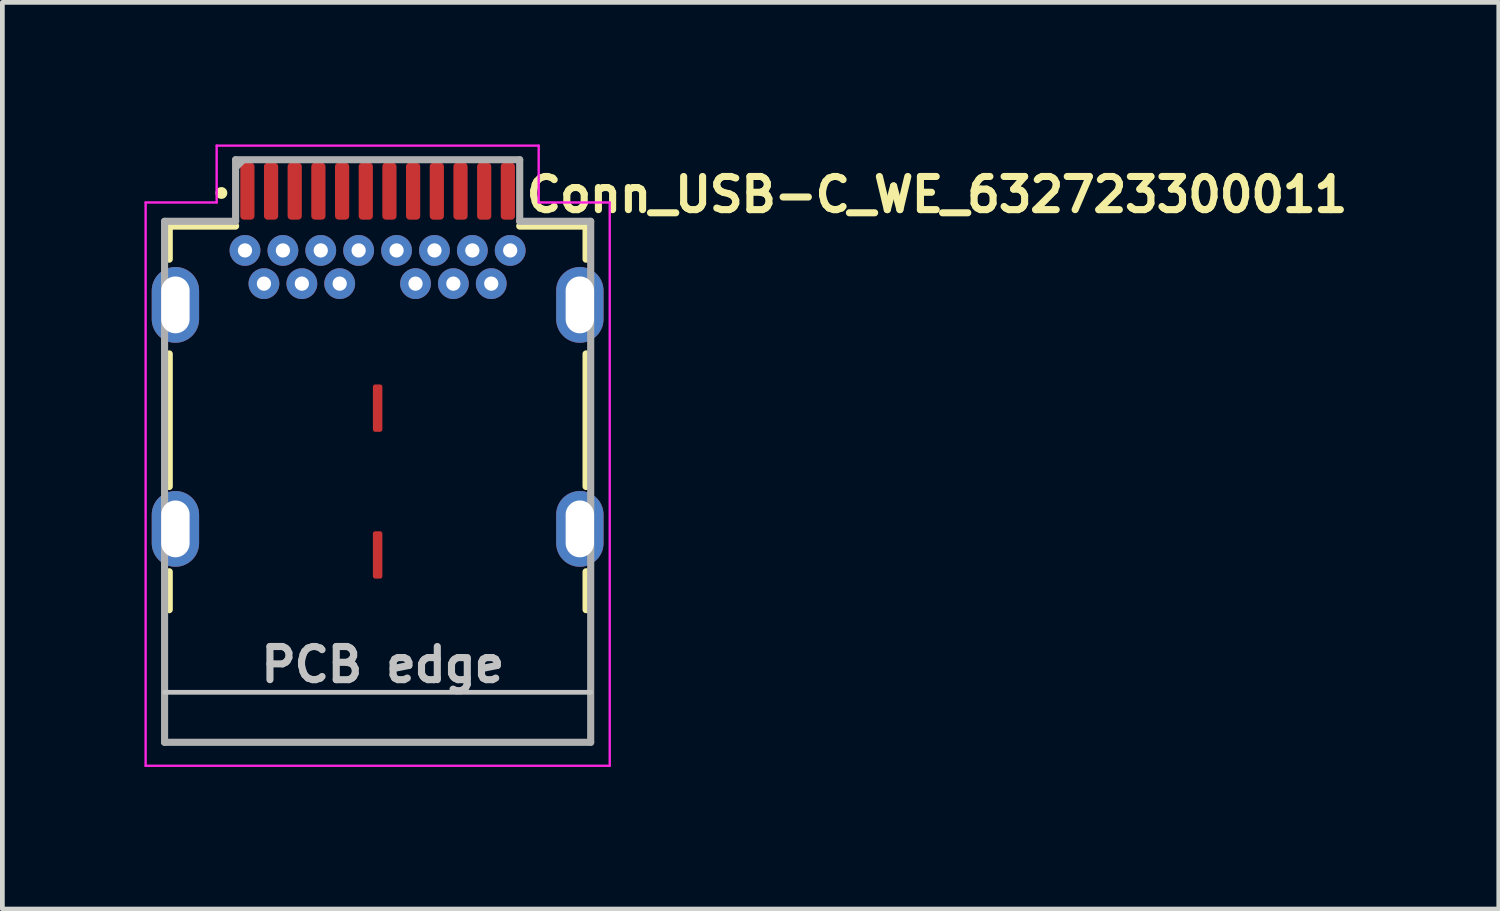
<source format=kicad_pcb>
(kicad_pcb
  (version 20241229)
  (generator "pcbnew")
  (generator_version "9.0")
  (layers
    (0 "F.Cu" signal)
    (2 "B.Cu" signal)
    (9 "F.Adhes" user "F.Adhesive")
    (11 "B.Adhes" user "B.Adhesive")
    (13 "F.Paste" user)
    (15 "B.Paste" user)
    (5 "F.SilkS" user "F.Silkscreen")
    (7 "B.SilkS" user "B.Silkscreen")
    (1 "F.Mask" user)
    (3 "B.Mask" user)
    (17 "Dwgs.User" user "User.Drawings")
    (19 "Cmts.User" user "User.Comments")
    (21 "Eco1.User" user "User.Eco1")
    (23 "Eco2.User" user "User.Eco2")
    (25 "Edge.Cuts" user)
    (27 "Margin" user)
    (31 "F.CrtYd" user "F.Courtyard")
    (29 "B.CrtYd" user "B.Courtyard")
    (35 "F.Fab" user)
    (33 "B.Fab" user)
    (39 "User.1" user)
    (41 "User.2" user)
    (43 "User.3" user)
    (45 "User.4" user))
  (footprint "Conn_USB-C_WE_632723300011"
    (layer "F.Cu")
    (at 4.925 6.625)
    (property "Reference" "Conn_USB-C_WE_632723300011" (at 3.062 -5.155 0) (layer "F.SilkS") (effects (font (size 0.7 0.7) (thickness 0.15)) (justify left bottom)))
    (attr smd)
    (fp_line (start -4.401 -4.901) (end -4.401 -4.202) (stroke (width 0.15) (type solid)) (layer "F.SilkS"))
    (fp_line (start -4.401 -4.901) (end -3 -4.901) (stroke (width 0.15) (type solid)) (layer "F.SilkS"))
    (fp_line (start -4.401 -2.202) (end -4.401 0.598) (stroke (width 0.15) (type solid)) (layer "F.SilkS"))
    (fp_line (start -4.401 2.398) (end -4.401 3.199) (stroke (width 0.15) (type solid)) (layer "F.SilkS"))
    (fp_line (start 2.999 -4.901) (end 4.4 -4.901) (stroke (width 0.15) (type solid)) (layer "F.SilkS"))
    (fp_line (start 4.4 -4.202) (end 4.4 -4.901) (stroke (width 0.15) (type solid)) (layer "F.SilkS"))
    (fp_line (start 4.4 -2.202) (end 4.4 0.598) (stroke (width 0.15) (type solid)) (layer "F.SilkS"))
    (fp_line (start 4.4 2.398) (end 4.4 3.199) (stroke (width 0.15) (type solid)) (layer "F.SilkS"))
    (fp_circle (center -3.3 -5.6) (end -3.25 -5.6) (stroke (width 0.15) (type solid)) (fill yes) (layer "F.SilkS"))
    (fp_line (start 4.498 4.943) (end -4.5 4.943) (stroke (width 0.1) (type solid)) (layer "Dwgs.User"))
    (fp_line (start -4.9 -5.4) (end -3.4 -5.4) (stroke (width 0.05) (type solid)) (layer "F.CrtYd"))
    (fp_line (start -4.9 6.495) (end -4.9 -5.4) (stroke (width 0.05) (type solid)) (layer "F.CrtYd"))
    (fp_line (start -3.4 -6.6) (end 3.4 -6.6) (stroke (width 0.05) (type solid)) (layer "F.CrtYd"))
    (fp_line (start -3.4 -5.4) (end -3.4 -6.6) (stroke (width 0.05) (type solid)) (layer "F.CrtYd"))
    (fp_line (start 3.4 -6.6) (end 3.4 -5.4) (stroke (width 0.05) (type solid)) (layer "F.CrtYd"))
    (fp_line (start 3.4 -5.4) (end 4.9 -5.4) (stroke (width 0.05) (type solid)) (layer "F.CrtYd"))
    (fp_line (start 4.9 -5.4) (end 4.9 6.495) (stroke (width 0.05) (type solid)) (layer "F.CrtYd"))
    (fp_line (start 4.9 6.495) (end -4.9 6.495) (stroke (width 0.05) (type solid)) (layer "F.CrtYd"))
    (fp_line (start -4.5 -5.002) (end -4.5 5.999) (stroke (width 0.15) (type solid)) (layer "F.Fab"))
    (fp_line (start -4.5 5.999) (end 4.498 5.999) (stroke (width 0.15) (type solid)) (layer "F.Fab"))
    (fp_line (start -3 -6.302) (end -3 -5.002) (stroke (width 0.15) (type solid)) (layer "F.Fab"))
    (fp_line (start -3 -5.002) (end -4.5 -5.002) (stroke (width 0.15) (type solid)) (layer "F.Fab"))
    (fp_line (start -2.98 -6.16) (end -2.86 -6.28) (stroke (width 0.15) (type solid)) (layer "F.Fab"))
    (fp_line (start 2.999 -6.302) (end -3 -6.302) (stroke (width 0.15) (type solid)) (layer "F.Fab"))
    (fp_line (start 2.999 -5.002) (end 2.999 -6.302) (stroke (width 0.15) (type solid)) (layer "F.Fab"))
    (fp_line (start 4.498 -5.002) (end 2.999 -5.002) (stroke (width 0.15) (type solid)) (layer "F.Fab"))
    (fp_line (start 4.498 5.999) (end 4.498 -5.002) (stroke (width 0.15) (type solid)) (layer "F.Fab"))
    (fp_rect (start -4.372 -5.898) (end 4.37 5.895) (stroke (width 0.1) (type solid)) (fill no) (layer "User.5"))
    (fp_line (start -4.372 -4.704) (end -4.372 3.346) (stroke (width 0.02) (type solid)) (layer "User.9"))
    (fp_line (start -4.372 3.346) (end -4.369 3.346) (stroke (width 0.02) (type solid)) (layer "User.9"))
    (fp_line (start -4.372 4.996) (end -4.372 5.895) (stroke (width 0.02) (type solid)) (layer "User.9"))
    (fp_line (start -4.369 3.346) (end -4.369 3.346) (stroke (width 0.02) (type solid)) (layer "User.9"))
    (fp_line (start -4.369 3.346) (end -4.369 3.346) (stroke (width 0.02) (type solid)) (layer "User.9"))
    (fp_line (start -4.369 3.346) (end -4.367 3.346) (stroke (width 0.02) (type solid)) (layer "User.9"))
    (fp_line (start -4.369 4.985) (end -4.369 4.991) (stroke (width 0.02) (type solid)) (layer "User.9"))
    (fp_line (start -4.369 4.991) (end -4.369 4.996) (stroke (width 0.02) (type solid)) (layer "User.9"))
    (fp_line (start -4.369 4.996) (end -4.372 4.996) (stroke (width 0.02) (type solid)) (layer "User.9"))
    (fp_line (start -4.369 4.996) (end -4.369 4.996) (stroke (width 0.02) (type solid)) (layer "User.9"))
    (fp_line (start -4.367 3.346) (end -4.369 3.346) (stroke (width 0.02) (type solid)) (layer "User.9"))
    (fp_line (start -4.367 3.346) (end -4.367 3.347) (stroke (width 0.02) (type solid)) (layer "User.9"))
    (fp_line (start -4.367 3.347) (end -4.366 3.347) (stroke (width 0.02) (type solid)) (layer "User.9"))
    (fp_line (start -4.367 4.978) (end -4.369 4.985) (stroke (width 0.02) (type solid)) (layer "User.9"))
    (fp_line (start -4.367 4.996) (end -4.369 4.996) (stroke (width 0.02) (type solid)) (layer "User.9"))
    (fp_line (start -4.366 3.347) (end -4.367 3.346) (stroke (width 0.02) (type solid)) (layer "User.9"))
    (fp_line (start -4.366 3.347) (end -4.366 3.35) (stroke (width 0.02) (type solid)) (layer "User.9"))
    (fp_line (start -4.366 3.35) (end -4.366 3.347) (stroke (width 0.02) (type solid)) (layer "User.9"))
    (fp_line (start -4.366 3.35) (end -4.366 3.354) (stroke (width 0.02) (type solid)) (layer "User.9"))
    (fp_line (start -4.366 3.354) (end -4.366 3.35) (stroke (width 0.02) (type solid)) (layer "User.9"))
    (fp_line (start -4.366 3.354) (end -4.364 3.358) (stroke (width 0.02) (type solid)) (layer "User.9"))
    (fp_line (start -4.366 4.972) (end -4.367 4.978) (stroke (width 0.02) (type solid)) (layer "User.9"))
    (fp_line (start -4.366 4.972) (end -4.358 4.937) (stroke (width 0.02) (type solid)) (layer "User.9"))
    (fp_line (start -4.366 4.988) (end -4.366 4.991) (stroke (width 0.02) (type solid)) (layer "User.9"))
    (fp_line (start -4.366 4.991) (end -4.366 4.993) (stroke (width 0.02) (type solid)) (layer "User.9"))
    (fp_line (start -4.366 4.993) (end -4.367 4.996) (stroke (width 0.02) (type solid)) (layer "User.9"))
    (fp_line (start -4.364 -4.704) (end -4.372 -4.704) (stroke (width 0.02) (type solid)) (layer "User.9"))
    (fp_line (start -4.364 -4.704) (end -4.364 -4.704) (stroke (width 0.02) (type solid)) (layer "User.9"))
    (fp_line (start -4.364 3.358) (end -4.364 3.363) (stroke (width 0.02) (type solid)) (layer "User.9"))
    (fp_line (start -4.364 3.363) (end -4.366 3.354) (stroke (width 0.02) (type solid)) (layer "User.9"))
    (fp_line (start -4.364 3.363) (end -4.363 3.37) (stroke (width 0.02) (type solid)) (layer "User.9"))
    (fp_line (start -4.364 4.978) (end -4.366 4.988) (stroke (width 0.02) (type solid)) (layer "User.9"))
    (fp_line (start -4.364 5.895) (end -4.372 5.895) (stroke (width 0.02) (type solid)) (layer "User.9"))
    (fp_line (start -4.364 5.895) (end -4.364 5.895) (stroke (width 0.02) (type solid)) (layer "User.9"))
    (fp_line (start -4.363 3.37) (end -4.361 3.375) (stroke (width 0.02) (type solid)) (layer "User.9"))
    (fp_line (start -4.363 4.974) (end -4.366 4.972) (stroke (width 0.02) (type solid)) (layer "User.9"))
    (fp_line (start -4.361 3.375) (end -4.364 3.363) (stroke (width 0.02) (type solid)) (layer "User.9"))
    (fp_line (start -4.361 3.375) (end -4.361 3.383) (stroke (width 0.02) (type solid)) (layer "User.9"))
    (fp_line (start -4.361 3.383) (end -4.359 3.39) (stroke (width 0.02) (type solid)) (layer "User.9"))
    (fp_line (start -4.361 4.966) (end -4.364 4.978) (stroke (width 0.02) (type solid)) (layer "User.9"))
    (fp_line (start -4.359 3.39) (end -4.361 3.375) (stroke (width 0.02) (type solid)) (layer "User.9"))
    (fp_line (start -4.359 3.39) (end -4.358 3.399) (stroke (width 0.02) (type solid)) (layer "User.9"))
    (fp_line (start -4.359 4.951) (end -4.361 4.966) (stroke (width 0.02) (type solid)) (layer "User.9"))
    (fp_line (start -4.358 3.399) (end -4.358 3.407) (stroke (width 0.02) (type solid)) (layer "User.9"))
    (fp_line (start -4.358 3.407) (end -4.359 3.39) (stroke (width 0.02) (type solid)) (layer "User.9"))
    (fp_line (start -4.358 3.407) (end -4.358 3.417) (stroke (width 0.02) (type solid)) (layer "User.9"))
    (fp_line (start -4.358 3.417) (end -4.356 3.426) (stroke (width 0.02) (type solid)) (layer "User.9"))
    (fp_line (start -4.358 4.934) (end -4.359 4.951) (stroke (width 0.02) (type solid)) (layer "User.9"))
    (fp_line (start -4.356 3.426) (end -4.358 3.407) (stroke (width 0.02) (type solid)) (layer "User.9"))
    (fp_line (start -4.356 3.426) (end -4.356 3.435) (stroke (width 0.02) (type solid)) (layer "User.9"))
    (fp_line (start -4.356 3.435) (end -4.356 3.446) (stroke (width 0.02) (type solid)) (layer "User.9"))
    (fp_line (start -4.356 3.446) (end -4.356 3.426) (stroke (width 0.02) (type solid)) (layer "User.9"))
    (fp_line (start -4.356 3.446) (end -4.356 4.895) (stroke (width 0.02) (type solid)) (layer "User.9"))
    (fp_line (start -4.356 3.446) (end -4.356 4.895) (stroke (width 0.02) (type solid)) (layer "User.9"))
    (fp_line (start -4.356 4.895) (end -4.356 4.916) (stroke (width 0.02) (type solid)) (layer "User.9"))
    (fp_line (start -4.356 4.916) (end -4.358 4.934) (stroke (width 0.02) (type solid)) (layer "User.9"))
    (fp_line (start -4.345 -4.704) (end -4.364 -4.704) (stroke (width 0.02) (type solid)) (layer "User.9"))
    (fp_line (start -4.345 -4.704) (end -4.345 -4.704) (stroke (width 0.02) (type solid)) (layer "User.9"))
    (fp_line (start -4.345 5.895) (end -4.364 5.895) (stroke (width 0.02) (type solid)) (layer "User.9"))
    (fp_line (start -4.345 5.895) (end -4.345 5.895) (stroke (width 0.02) (type solid)) (layer "User.9"))
    (fp_line (start -4.314 -4.704) (end -4.345 -4.704) (stroke (width 0.02) (type solid)) (layer "User.9"))
    (fp_line (start -4.314 -4.704) (end -4.314 -4.704) (stroke (width 0.02) (type solid)) (layer "User.9"))
    (fp_line (start -4.314 5.895) (end -4.345 5.895) (stroke (width 0.02) (type solid)) (layer "User.9"))
    (fp_line (start -4.314 5.895) (end -4.314 5.895) (stroke (width 0.02) (type solid)) (layer "User.9"))
    (fp_line (start -4.271 -4.704) (end -4.314 -4.704) (stroke (width 0.02) (type solid)) (layer "User.9"))
    (fp_line (start -4.271 -4.704) (end -4.271 -4.704) (stroke (width 0.02) (type solid)) (layer "User.9"))
    (fp_line (start -4.271 5.895) (end -4.314 5.895) (stroke (width 0.02) (type solid)) (layer "User.9"))
    (fp_line (start -4.271 5.895) (end -4.271 5.895) (stroke (width 0.02) (type solid)) (layer "User.9"))
    (fp_line (start -4.218 -4.704) (end -4.271 -4.704) (stroke (width 0.02) (type solid)) (layer "User.9"))
    (fp_line (start -4.218 -4.704) (end -4.218 -4.704) (stroke (width 0.02) (type solid)) (layer "User.9"))
    (fp_line (start -4.218 5.895) (end -4.271 5.895) (stroke (width 0.02) (type solid)) (layer "User.9"))
    (fp_line (start -4.218 5.895) (end -4.218 5.895) (stroke (width 0.02) (type solid)) (layer "User.9"))
    (fp_line (start -4.153 -4.704) (end -4.218 -4.704) (stroke (width 0.02) (type solid)) (layer "User.9"))
    (fp_line (start -4.153 -4.704) (end -4.153 -4.704) (stroke (width 0.02) (type solid)) (layer "User.9"))
    (fp_line (start -4.153 5.895) (end -4.218 5.895) (stroke (width 0.02) (type solid)) (layer "User.9"))
    (fp_line (start -4.153 5.895) (end -4.153 5.895) (stroke (width 0.02) (type solid)) (layer "User.9"))
    (fp_line (start -4.079 -4.704) (end -4.153 -4.704) (stroke (width 0.02) (type solid)) (layer "User.9"))
    (fp_line (start -4.079 -4.704) (end -4.079 -4.704) (stroke (width 0.02) (type solid)) (layer "User.9"))
    (fp_line (start -4.079 5.895) (end -4.153 5.895) (stroke (width 0.02) (type solid)) (layer "User.9"))
    (fp_line (start -4.079 5.895) (end -4.079 5.895) (stroke (width 0.02) (type solid)) (layer "User.9"))
    (fp_line (start -3.903 -4.704) (end -4.079 -4.704) (stroke (width 0.02) (type solid)) (layer "User.9"))
    (fp_line (start -3.903 -4.704) (end -3.903 -4.704) (stroke (width 0.02) (type solid)) (layer "User.9"))
    (fp_line (start -3.903 5.895) (end -4.079 5.895) (stroke (width 0.02) (type solid)) (layer "User.9"))
    (fp_line (start -3.903 5.895) (end -3.903 5.895) (stroke (width 0.02) (type solid)) (layer "User.9"))
    (fp_line (start -3.701 -4.704) (end -3.903 -4.704) (stroke (width 0.02) (type solid)) (layer "User.9"))
    (fp_line (start -3.701 -4.704) (end -3.701 -4.704) (stroke (width 0.02) (type solid)) (layer "User.9"))
    (fp_line (start -3.701 5.895) (end -3.903 5.895) (stroke (width 0.02) (type solid)) (layer "User.9"))
    (fp_line (start -3.701 5.895) (end -3.701 5.895) (stroke (width 0.02) (type solid)) (layer "User.9"))
    (fp_line (start -3.371 -4.704) (end -3.701 -4.704) (stroke (width 0.02) (type solid)) (layer "User.9"))
    (fp_line (start -3.371 5.895) (end -3.701 5.895) (stroke (width 0.02) (type solid)) (layer "User.9"))
    (fp_line (start -3.081 -4.704) (end -3.081 -5.303) (stroke (width 0.02) (type solid)) (layer "User.9"))
    (fp_line (start -2.891 -5.414) (end -2.61 -5.414) (stroke (width 0.02) (type solid)) (layer "User.9"))
    (fp_line (start -2.891 -5.324) (end -2.891 -5.414) (stroke (width 0.02) (type solid)) (layer "User.9"))
    (fp_line (start -2.891 -5.324) (end -2.891 -5.324) (stroke (width 0.02) (type solid)) (layer "User.9"))
    (fp_line (start -2.891 -5.303) (end -3.081 -5.303) (stroke (width 0.02) (type solid)) (layer "User.9"))
    (fp_line (start -2.891 -5.104) (end -2.891 -5.324) (stroke (width 0.02) (type solid)) (layer "User.9"))
    (fp_line (start -2.891 -4.704) (end -2.891 -5.104) (stroke (width 0.02) (type solid)) (layer "User.9"))
    (fp_line (start -2.851 -5.898) (end -2.65 -5.898) (stroke (width 0.02) (type solid)) (layer "User.9"))
    (fp_line (start -2.851 -5.465) (end -2.851 -5.898) (stroke (width 0.02) (type solid)) (layer "User.9"))
    (fp_line (start -2.851 -5.414) (end -2.851 -5.465) (stroke (width 0.02) (type solid)) (layer "User.9"))
    (fp_line (start -2.65 -5.465) (end -2.65 -5.898) (stroke (width 0.02) (type solid)) (layer "User.9"))
    (fp_line (start -2.65 -5.414) (end -2.65 -5.465) (stroke (width 0.02) (type solid)) (layer "User.9"))
    (fp_line (start -2.61 -5.324) (end -2.61 -5.414) (stroke (width 0.02) (type solid)) (layer "User.9"))
    (fp_line (start -2.61 -5.324) (end -2.61 -5.324) (stroke (width 0.02) (type solid)) (layer "User.9"))
    (fp_line (start -2.61 -5.104) (end -2.61 -5.324) (stroke (width 0.02) (type solid)) (layer "User.9"))
    (fp_line (start -2.61 -4.704) (end -2.61 -5.104) (stroke (width 0.02) (type solid)) (layer "User.9"))
    (fp_line (start -2.5 3.495) (end -2.302 3.495) (stroke (width 0.02) (type solid)) (layer "User.9"))
    (fp_line (start -2.4 3.196) (end -2.4 2.673) (stroke (width 0.02) (type solid)) (layer "User.9"))
    (fp_line (start -2.391 -5.414) (end -2.11 -5.414) (stroke (width 0.02) (type solid)) (layer "User.9"))
    (fp_line (start -2.391 -5.324) (end -2.391 -5.414) (stroke (width 0.02) (type solid)) (layer "User.9"))
    (fp_line (start -2.391 -5.324) (end -2.391 -5.324) (stroke (width 0.02) (type solid)) (layer "User.9"))
    (fp_line (start -2.391 -5.303) (end -2.61 -5.303) (stroke (width 0.02) (type solid)) (layer "User.9"))
    (fp_line (start -2.391 -5.104) (end -2.391 -5.324) (stroke (width 0.02) (type solid)) (layer "User.9"))
    (fp_line (start -2.391 -4.704) (end -2.391 -5.104) (stroke (width 0.02) (type solid)) (layer "User.9"))
    (fp_line (start -2.391 3.109) (end -2.391 2.591) (stroke (width 0.02) (type solid)) (layer "User.9"))
    (fp_line (start -2.391 3.109) (end -2.34 3.196) (stroke (width 0.02) (type solid)) (layer "User.9"))
    (fp_line (start -2.391 3.109) (end -2.257 3.109) (stroke (width 0.02) (type solid)) (layer "User.9"))
    (fp_line (start -2.351 -5.898) (end -2.15 -5.898) (stroke (width 0.02) (type solid)) (layer "User.9"))
    (fp_line (start -2.351 -5.465) (end -2.351 -5.898) (stroke (width 0.02) (type solid)) (layer "User.9"))
    (fp_line (start -2.351 -5.414) (end -2.351 -5.465) (stroke (width 0.02) (type solid)) (layer "User.9"))
    (fp_line (start -2.302 3.506) (end -2.302 3.495) (stroke (width 0.02) (type solid)) (layer "User.9"))
    (fp_line (start -2.301 3.484) (end -2.301 3.506) (stroke (width 0.02) (type solid)) (layer "User.9"))
    (fp_line (start -2.301 3.506) (end -2.302 3.506) (stroke (width 0.02) (type solid)) (layer "User.9"))
    (fp_line (start -2.299 3.463) (end -2.301 3.484) (stroke (width 0.02) (type solid)) (layer "User.9"))
    (fp_line (start -2.299 3.463) (end -2.057 1.489) (stroke (width 0.02) (type solid)) (layer "User.9"))
    (fp_line (start -2.266 3.196) (end -2.4 3.196) (stroke (width 0.02) (type solid)) (layer "User.9"))
    (fp_line (start -2.266 3.196) (end -2.34 3.196) (stroke (width 0.02) (type solid)) (layer "User.9"))
    (fp_line (start -2.25 1.439) (end -2.5 3.495) (stroke (width 0.02) (type solid)) (layer "User.9"))
    (fp_line (start -2.247 1.415) (end -2.25 1.439) (stroke (width 0.02) (type solid)) (layer "User.9"))
    (fp_line (start -2.243 1.392) (end -2.247 1.415) (stroke (width 0.02) (type solid)) (layer "User.9"))
    (fp_line (start -2.238 1.37) (end -2.243 1.392) (stroke (width 0.02) (type solid)) (layer "User.9"))
    (fp_line (start -2.231 1.348) (end -2.238 1.37) (stroke (width 0.02) (type solid)) (layer "User.9"))
    (fp_line (start -2.223 1.326) (end -2.231 1.348) (stroke (width 0.02) (type solid)) (layer "User.9"))
    (fp_line (start -2.215 1.304) (end -2.223 1.326) (stroke (width 0.02) (type solid)) (layer "User.9"))
    (fp_line (start -2.206 1.284) (end -2.215 1.304) (stroke (width 0.02) (type solid)) (layer "User.9"))
    (fp_line (start -2.202 1.273) (end -2.202 1.445) (stroke (width 0.02) (type solid)) (layer "User.9"))
    (fp_line (start -2.202 1.445) (end -2.054 1.445) (stroke (width 0.02) (type solid)) (layer "User.9"))
    (fp_line (start -2.195 1.263) (end -2.206 1.284) (stroke (width 0.02) (type solid)) (layer "User.9"))
    (fp_line (start -2.185 1.243) (end -2.195 1.263) (stroke (width 0.02) (type solid)) (layer "User.9"))
    (fp_line (start -2.173 1.225) (end -2.185 1.243) (stroke (width 0.02) (type solid)) (layer "User.9"))
    (fp_line (start -2.16 1.205) (end -2.173 1.225) (stroke (width 0.02) (type solid)) (layer "User.9"))
    (fp_line (start -2.15 -5.465) (end -2.15 -5.898) (stroke (width 0.02) (type solid)) (layer "User.9"))
    (fp_line (start -2.15 -5.414) (end -2.351 -5.414) (stroke (width 0.02) (type solid)) (layer "User.9"))
    (fp_line (start -2.15 -5.414) (end -2.15 -5.465) (stroke (width 0.02) (type solid)) (layer "User.9"))
    (fp_line (start -2.146 1.187) (end -2.16 1.205) (stroke (width 0.02) (type solid)) (layer "User.9"))
    (fp_line (start -2.133 1.171) (end -2.146 1.187) (stroke (width 0.02) (type solid)) (layer "User.9"))
    (fp_line (start -2.129 1.165) (end -1.373 1.165) (stroke (width 0.02) (type solid)) (layer "User.9"))
    (fp_line (start -2.117 1.153) (end -2.133 1.171) (stroke (width 0.02) (type solid)) (layer "User.9"))
    (fp_line (start -2.11 -5.324) (end -2.11 -5.414) (stroke (width 0.02) (type solid)) (layer "User.9"))
    (fp_line (start -2.11 -5.324) (end -2.11 -5.324) (stroke (width 0.02) (type solid)) (layer "User.9"))
    (fp_line (start -2.11 -5.104) (end -2.11 -5.324) (stroke (width 0.02) (type solid)) (layer "User.9"))
    (fp_line (start -2.11 -4.704) (end -2.11 -5.104) (stroke (width 0.02) (type solid)) (layer "User.9"))
    (fp_line (start -2.11 1.933) (end -2.11 1.445) (stroke (width 0.02) (type solid)) (layer "User.9"))
    (fp_line (start -2.101 1.138) (end -2.117 1.153) (stroke (width 0.02) (type solid)) (layer "User.9"))
    (fp_line (start -2.101 1.445) (end -2.101 1.852) (stroke (width 0.02) (type solid)) (layer "User.9"))
    (fp_line (start -2.085 1.122) (end -2.101 1.138) (stroke (width 0.02) (type solid)) (layer "User.9"))
    (fp_line (start -2.068 1.108) (end -2.085 1.122) (stroke (width 0.02) (type solid)) (layer "User.9"))
    (fp_line (start -2.057 1.552) (end -2.057 1.489) (stroke (width 0.02) (type solid)) (layer "User.9"))
    (fp_line (start -2.057 1.552) (end -2.054 1.552) (stroke (width 0.02) (type solid)) (layer "User.9"))
    (fp_line (start -2.054 1.517) (end -2.054 1.417) (stroke (width 0.02) (type solid)) (layer "User.9"))
    (fp_line (start -2.054 1.552) (end -2.054 1.517) (stroke (width 0.02) (type solid)) (layer "User.9"))
    (fp_line (start -2.053 1.398) (end -2.053 1.409) (stroke (width 0.02) (type solid)) (layer "User.9"))
    (fp_line (start -2.053 1.409) (end -2.054 1.417) (stroke (width 0.02) (type solid)) (layer "User.9"))
    (fp_line (start -2.053 1.515) (end -2.053 1.517) (stroke (width 0.02) (type solid)) (layer "User.9"))
    (fp_line (start -2.053 1.517) (end -2.054 1.517) (stroke (width 0.02) (type solid)) (layer "User.9"))
    (fp_line (start -2.052 1.39) (end -2.053 1.398) (stroke (width 0.02) (type solid)) (layer "User.9"))
    (fp_line (start -2.052 1.513) (end -2.053 1.515) (stroke (width 0.02) (type solid)) (layer "User.9"))
    (fp_line (start -2.05 1.094) (end -2.068 1.108) (stroke (width 0.02) (type solid)) (layer "User.9"))
    (fp_line (start -2.05 1.382) (end -2.052 1.39) (stroke (width 0.02) (type solid)) (layer "User.9"))
    (fp_line (start -2.05 1.511) (end -2.052 1.513) (stroke (width 0.02) (type solid)) (layer "User.9"))
    (fp_line (start -2.049 1.374) (end -2.05 1.382) (stroke (width 0.02) (type solid)) (layer "User.9"))
    (fp_line (start -2.049 1.509) (end -2.05 1.511) (stroke (width 0.02) (type solid)) (layer "User.9"))
    (fp_line (start -2.048 1.358) (end -2.048 1.366) (stroke (width 0.02) (type solid)) (layer "User.9"))
    (fp_line (start -2.048 1.366) (end -2.049 1.374) (stroke (width 0.02) (type solid)) (layer "User.9"))
    (fp_line (start -2.048 1.505) (end -2.048 1.507) (stroke (width 0.02) (type solid)) (layer "User.9"))
    (fp_line (start -2.048 1.507) (end -2.049 1.509) (stroke (width 0.02) (type solid)) (layer "User.9"))
    (fp_line (start -2.047 1.35) (end -2.048 1.358) (stroke (width 0.02) (type solid)) (layer "User.9"))
    (fp_line (start -2.047 1.505) (end -2.048 1.505) (stroke (width 0.02) (type solid)) (layer "User.9"))
    (fp_line (start -2.044 1.338) (end -2.044 1.344) (stroke (width 0.02) (type solid)) (layer "User.9"))
    (fp_line (start -2.044 1.344) (end -2.047 1.35) (stroke (width 0.02) (type solid)) (layer "User.9"))
    (fp_line (start -2.044 1.501) (end -2.044 1.503) (stroke (width 0.02) (type solid)) (layer "User.9"))
    (fp_line (start -2.044 1.503) (end -2.047 1.505) (stroke (width 0.02) (type solid)) (layer "User.9"))
    (fp_line (start -2.041 1.332) (end -2.044 1.338) (stroke (width 0.02) (type solid)) (layer "User.9"))
    (fp_line (start -2.041 1.501) (end -2.044 1.501) (stroke (width 0.02) (type solid)) (layer "User.9"))
    (fp_line (start -2.04 1.326) (end -2.041 1.332) (stroke (width 0.02) (type solid)) (layer "User.9"))
    (fp_line (start -2.04 1.499) (end -2.041 1.501) (stroke (width 0.02) (type solid)) (layer "User.9"))
    (fp_line (start -2.039 1.322) (end -2.04 1.326) (stroke (width 0.02) (type solid)) (layer "User.9"))
    (fp_line (start -2.039 1.499) (end -2.04 1.499) (stroke (width 0.02) (type solid)) (layer "User.9"))
    (fp_line (start -2.036 1.316) (end -2.039 1.322) (stroke (width 0.02) (type solid)) (layer "User.9"))
    (fp_line (start -2.036 1.497) (end -2.039 1.499) (stroke (width 0.02) (type solid)) (layer "User.9"))
    (fp_line (start -2.035 1.312) (end -2.036 1.316) (stroke (width 0.02) (type solid)) (layer "User.9"))
    (fp_line (start -2.035 1.497) (end -2.036 1.497) (stroke (width 0.02) (type solid)) (layer "User.9"))
    (fp_line (start -2.032 1.082) (end -2.05 1.094) (stroke (width 0.02) (type solid)) (layer "User.9"))
    (fp_line (start -2.032 1.308) (end -2.035 1.312) (stroke (width 0.02) (type solid)) (layer "User.9"))
    (fp_line (start -2.032 1.495) (end -2.035 1.497) (stroke (width 0.02) (type solid)) (layer "User.9"))
    (fp_line (start -2.032 1.495) (end -2.032 1.308) (stroke (width 0.02) (type solid)) (layer "User.9"))
    (fp_line (start -2.032 1.495) (end -2.024 1.489) (stroke (width 0.02) (type solid)) (layer "User.9"))
    (fp_line (start -2.024 1.3) (end -2.032 1.308) (stroke (width 0.02) (type solid)) (layer "User.9"))
    (fp_line (start -2.024 1.489) (end -2.012 1.483) (stroke (width 0.02) (type solid)) (layer "User.9"))
    (fp_line (start -2.013 1.07) (end -2.032 1.082) (stroke (width 0.02) (type solid)) (layer "User.9"))
    (fp_line (start -2.012 1.294) (end -2.024 1.3) (stroke (width 0.02) (type solid)) (layer "User.9"))
    (fp_line (start -2.012 1.483) (end -2 1.475) (stroke (width 0.02) (type solid)) (layer "User.9"))
    (fp_line (start -2 1.288) (end -2.012 1.294) (stroke (width 0.02) (type solid)) (layer "User.9"))
    (fp_line (start -2 1.475) (end -1.986 1.469) (stroke (width 0.02) (type solid)) (layer "User.9"))
    (fp_line (start -1.994 1.058) (end -2.013 1.07) (stroke (width 0.02) (type solid)) (layer "User.9"))
    (fp_line (start -1.986 1.282) (end -2 1.288) (stroke (width 0.02) (type solid)) (layer "User.9"))
    (fp_line (start -1.986 1.469) (end -1.972 1.463) (stroke (width 0.02) (type solid)) (layer "User.9"))
    (fp_line (start -1.974 1.048) (end -1.994 1.058) (stroke (width 0.02) (type solid)) (layer "User.9"))
    (fp_line (start -1.972 1.275) (end -1.986 1.282) (stroke (width 0.02) (type solid)) (layer "User.9"))
    (fp_line (start -1.972 1.463) (end -1.956 1.459) (stroke (width 0.02) (type solid)) (layer "User.9"))
    (fp_line (start -1.956 1.271) (end -1.972 1.275) (stroke (width 0.02) (type solid)) (layer "User.9"))
    (fp_line (start -1.956 1.459) (end -1.938 1.453) (stroke (width 0.02) (type solid)) (layer "User.9"))
    (fp_line (start -1.954 1.038) (end -1.974 1.048) (stroke (width 0.02) (type solid)) (layer "User.9"))
    (fp_line (start -1.938 1.265) (end -1.956 1.271) (stroke (width 0.02) (type solid)) (layer "User.9"))
    (fp_line (start -1.938 1.453) (end -1.92 1.449) (stroke (width 0.02) (type solid)) (layer "User.9"))
    (fp_line (start -1.932 1.03) (end -1.954 1.038) (stroke (width 0.02) (type solid)) (layer "User.9"))
    (fp_line (start -1.92 1.261) (end -1.938 1.265) (stroke (width 0.02) (type solid)) (layer "User.9"))
    (fp_line (start -1.92 1.449) (end -1.901 1.445) (stroke (width 0.02) (type solid)) (layer "User.9"))
    (fp_line (start -1.911 1.021) (end -1.932 1.03) (stroke (width 0.02) (type solid)) (layer "User.9"))
    (fp_line (start -1.901 1.257) (end -1.92 1.261) (stroke (width 0.02) (type solid)) (layer "User.9"))
    (fp_line (start -1.901 1.445) (end -1.881 1.441) (stroke (width 0.02) (type solid)) (layer "User.9"))
    (fp_line (start -1.891 -5.414) (end -1.611 -5.414) (stroke (width 0.02) (type solid)) (layer "User.9"))
    (fp_line (start -1.891 -5.324) (end -1.891 -5.414) (stroke (width 0.02) (type solid)) (layer "User.9"))
    (fp_line (start -1.891 -5.324) (end -1.891 -5.324) (stroke (width 0.02) (type solid)) (layer "User.9"))
    (fp_line (start -1.891 -5.303) (end -2.11 -5.303) (stroke (width 0.02) (type solid)) (layer "User.9"))
    (fp_line (start -1.891 -5.104) (end -1.891 -5.324) (stroke (width 0.02) (type solid)) (layer "User.9"))
    (fp_line (start -1.891 -4.704) (end -1.891 -5.104) (stroke (width 0.02) (type solid)) (layer "User.9"))
    (fp_line (start -1.889 1.015) (end -1.911 1.021) (stroke (width 0.02) (type solid)) (layer "User.9"))
    (fp_line (start -1.881 1.253) (end -1.901 1.257) (stroke (width 0.02) (type solid)) (layer "User.9"))
    (fp_line (start -1.881 1.441) (end -1.861 1.439) (stroke (width 0.02) (type solid)) (layer "User.9"))
    (fp_line (start -1.867 1.009) (end -1.889 1.015) (stroke (width 0.02) (type solid)) (layer "User.9"))
    (fp_line (start -1.861 1.251) (end -1.881 1.253) (stroke (width 0.02) (type solid)) (layer "User.9"))
    (fp_line (start -1.861 1.439) (end -1.841 1.437) (stroke (width 0.02) (type solid)) (layer "User.9"))
    (fp_line (start -1.851 -5.898) (end -1.651 -5.898) (stroke (width 0.02) (type solid)) (layer "User.9"))
    (fp_line (start -1.851 -5.465) (end -1.851 -5.898) (stroke (width 0.02) (type solid)) (layer "User.9"))
    (fp_line (start -1.851 -5.414) (end -1.851 -5.465) (stroke (width 0.02) (type solid)) (layer "User.9"))
    (fp_line (start -1.845 1.005) (end -1.867 1.009) (stroke (width 0.02) (type solid)) (layer "User.9"))
    (fp_line (start -1.841 1.249) (end -1.861 1.251) (stroke (width 0.02) (type solid)) (layer "User.9"))
    (fp_line (start -1.841 1.437) (end -1.819 1.435) (stroke (width 0.02) (type solid)) (layer "User.9"))
    (fp_line (start -1.821 1.001) (end -1.845 1.005) (stroke (width 0.02) (type solid)) (layer "User.9"))
    (fp_line (start -1.819 1.247) (end -1.841 1.249) (stroke (width 0.02) (type solid)) (layer "User.9"))
    (fp_line (start -1.819 1.435) (end -1.797 1.433) (stroke (width 0.02) (type solid)) (layer "User.9"))
    (fp_line (start -1.801 1.245) (end -1.801 1.165) (stroke (width 0.02) (type solid)) (layer "User.9"))
    (fp_line (start -1.799 0.998) (end -1.821 1.001) (stroke (width 0.02) (type solid)) (layer "User.9"))
    (fp_line (start -1.797 1.245) (end -1.819 1.247) (stroke (width 0.02) (type solid)) (layer "User.9"))
    (fp_line (start -1.797 1.433) (end -1.774 1.433) (stroke (width 0.02) (type solid)) (layer "User.9"))
    (fp_line (start -1.774 0.996) (end -1.799 0.998) (stroke (width 0.02) (type solid)) (layer "User.9"))
    (fp_line (start -1.774 1.245) (end -1.797 1.245) (stroke (width 0.02) (type solid)) (layer "User.9"))
    (fp_line (start -1.774 1.433) (end -1.75 1.431) (stroke (width 0.02) (type solid)) (layer "User.9"))
    (fp_line (start -1.75 0.995) (end -1.774 0.996) (stroke (width 0.02) (type solid)) (layer "User.9"))
    (fp_line (start -1.75 0.995) (end -1.75 0.995) (stroke (width 0.02) (type solid)) (layer "User.9"))
    (fp_line (start -1.75 1.243) (end -1.774 1.245) (stroke (width 0.02) (type solid)) (layer "User.9"))
    (fp_line (start -1.75 1.243) (end -1.75 1.243) (stroke (width 0.02) (type solid)) (layer "User.9"))
    (fp_line (start -1.75 1.431) (end -1.75 1.431) (stroke (width 0.02) (type solid)) (layer "User.9"))
    (fp_line (start -1.75 1.431) (end -1.728 1.433) (stroke (width 0.02) (type solid)) (layer "User.9"))
    (fp_line (start -1.728 0.996) (end -1.75 0.995) (stroke (width 0.02) (type solid)) (layer "User.9"))
    (fp_line (start -1.728 1.245) (end -1.75 1.243) (stroke (width 0.02) (type solid)) (layer "User.9"))
    (fp_line (start -1.728 1.433) (end -1.706 1.433) (stroke (width 0.02) (type solid)) (layer "User.9"))
    (fp_line (start -1.706 1.245) (end -1.728 1.245) (stroke (width 0.02) (type solid)) (layer "User.9"))
    (fp_line (start -1.706 1.433) (end -1.684 1.435) (stroke (width 0.02) (type solid)) (layer "User.9"))
    (fp_line (start -1.704 0.998) (end -1.728 0.996) (stroke (width 0.02) (type solid)) (layer "User.9"))
    (fp_line (start -1.7 1.165) (end -1.7 1.245) (stroke (width 0.02) (type solid)) (layer "User.9"))
    (fp_line (start -1.684 1.247) (end -1.706 1.245) (stroke (width 0.02) (type solid)) (layer "User.9"))
    (fp_line (start -1.684 1.435) (end -1.661 1.437) (stroke (width 0.02) (type solid)) (layer "User.9"))
    (fp_line (start -1.68 1.001) (end -1.704 0.998) (stroke (width 0.02) (type solid)) (layer "User.9"))
    (fp_line (start -1.661 1.249) (end -1.684 1.247) (stroke (width 0.02) (type solid)) (layer "User.9"))
    (fp_line (start -1.661 1.437) (end -1.641 1.439) (stroke (width 0.02) (type solid)) (layer "User.9"))
    (fp_line (start -1.657 1.005) (end -1.68 1.001) (stroke (width 0.02) (type solid)) (layer "User.9"))
    (fp_line (start -1.651 -5.465) (end -1.651 -5.898) (stroke (width 0.02) (type solid)) (layer "User.9"))
    (fp_line (start -1.651 -5.414) (end -1.651 -5.465) (stroke (width 0.02) (type solid)) (layer "User.9"))
    (fp_line (start -1.641 1.251) (end -1.661 1.249) (stroke (width 0.02) (type solid)) (layer "User.9"))
    (fp_line (start -1.641 1.439) (end -1.621 1.441) (stroke (width 0.02) (type solid)) (layer "User.9"))
    (fp_line (start -1.635 1.009) (end -1.657 1.005) (stroke (width 0.02) (type solid)) (layer "User.9"))
    (fp_line (start -1.621 1.253) (end -1.641 1.251) (stroke (width 0.02) (type solid)) (layer "User.9"))
    (fp_line (start -1.621 1.441) (end -1.601 1.445) (stroke (width 0.02) (type solid)) (layer "User.9"))
    (fp_line (start -1.613 1.015) (end -1.635 1.009) (stroke (width 0.02) (type solid)) (layer "User.9"))
    (fp_line (start -1.611 -5.324) (end -1.611 -5.414) (stroke (width 0.02) (type solid)) (layer "User.9"))
    (fp_line (start -1.611 -5.324) (end -1.611 -5.324) (stroke (width 0.02) (type solid)) (layer "User.9"))
    (fp_line (start -1.611 -5.104) (end -1.611 -5.324) (stroke (width 0.02) (type solid)) (layer "User.9"))
    (fp_line (start -1.611 -4.704) (end -1.611 -5.104) (stroke (width 0.02) (type solid)) (layer "User.9"))
    (fp_line (start -1.601 1.257) (end -1.621 1.253) (stroke (width 0.02) (type solid)) (layer "User.9"))
    (fp_line (start -1.601 1.445) (end -1.581 1.449) (stroke (width 0.02) (type solid)) (layer "User.9"))
    (fp_line (start -1.591 1.021) (end -1.613 1.015) (stroke (width 0.02) (type solid)) (layer "User.9"))
    (fp_line (start -1.581 1.261) (end -1.601 1.257) (stroke (width 0.02) (type solid)) (layer "User.9"))
    (fp_line (start -1.581 1.449) (end -1.563 1.453) (stroke (width 0.02) (type solid)) (layer "User.9"))
    (fp_line (start -1.569 1.03) (end -1.591 1.021) (stroke (width 0.02) (type solid)) (layer "User.9"))
    (fp_line (start -1.563 1.265) (end -1.581 1.261) (stroke (width 0.02) (type solid)) (layer "User.9"))
    (fp_line (start -1.563 1.453) (end -1.547 1.459) (stroke (width 0.02) (type solid)) (layer "User.9"))
    (fp_line (start -1.549 1.038) (end -1.569 1.03) (stroke (width 0.02) (type solid)) (layer "User.9"))
    (fp_line (start -1.547 1.271) (end -1.563 1.265) (stroke (width 0.02) (type solid)) (layer "User.9"))
    (fp_line (start -1.547 1.459) (end -1.53 1.463) (stroke (width 0.02) (type solid)) (layer "User.9"))
    (fp_line (start -1.53 1.275) (end -1.547 1.271) (stroke (width 0.02) (type solid)) (layer "User.9"))
    (fp_line (start -1.53 1.463) (end -1.516 1.469) (stroke (width 0.02) (type solid)) (layer "User.9"))
    (fp_line (start -1.528 1.048) (end -1.549 1.038) (stroke (width 0.02) (type solid)) (layer "User.9"))
    (fp_line (start -1.516 1.282) (end -1.53 1.275) (stroke (width 0.02) (type solid)) (layer "User.9"))
    (fp_line (start -1.516 1.469) (end -1.502 1.475) (stroke (width 0.02) (type solid)) (layer "User.9"))
    (fp_line (start -1.508 1.058) (end -1.528 1.048) (stroke (width 0.02) (type solid)) (layer "User.9"))
    (fp_line (start -1.502 1.288) (end -1.516 1.282) (stroke (width 0.02) (type solid)) (layer "User.9"))
    (fp_line (start -1.502 1.475) (end -1.49 1.483) (stroke (width 0.02) (type solid)) (layer "User.9"))
    (fp_line (start -1.49 1.294) (end -1.502 1.288) (stroke (width 0.02) (type solid)) (layer "User.9"))
    (fp_line (start -1.49 1.483) (end -1.478 1.489) (stroke (width 0.02) (type solid)) (layer "User.9"))
    (fp_line (start -1.488 1.07) (end -1.508 1.058) (stroke (width 0.02) (type solid)) (layer "User.9"))
    (fp_line (start -1.478 1.3) (end -1.49 1.294) (stroke (width 0.02) (type solid)) (layer "User.9"))
    (fp_line (start -1.478 1.489) (end -1.47 1.495) (stroke (width 0.02) (type solid)) (layer "User.9"))
    (fp_line (start -1.47 1.082) (end -1.488 1.07) (stroke (width 0.02) (type solid)) (layer "User.9"))
    (fp_line (start -1.47 1.308) (end -1.478 1.3) (stroke (width 0.02) (type solid)) (layer "User.9"))
    (fp_line (start -1.47 1.495) (end -1.47 1.308) (stroke (width 0.02) (type solid)) (layer "User.9"))
    (fp_line (start -1.468 1.312) (end -1.47 1.308) (stroke (width 0.02) (type solid)) (layer "User.9"))
    (fp_line (start -1.468 1.497) (end -1.47 1.495) (stroke (width 0.02) (type solid)) (layer "User.9"))
    (fp_line (start -1.466 1.316) (end -1.468 1.312) (stroke (width 0.02) (type solid)) (layer "User.9"))
    (fp_line (start -1.466 1.497) (end -1.468 1.497) (stroke (width 0.02) (type solid)) (layer "User.9"))
    (fp_line (start -1.464 1.322) (end -1.466 1.316) (stroke (width 0.02) (type solid)) (layer "User.9"))
    (fp_line (start -1.464 1.499) (end -1.466 1.497) (stroke (width 0.02) (type solid)) (layer "User.9"))
    (fp_line (start -1.462 1.326) (end -1.464 1.322) (stroke (width 0.02) (type solid)) (layer "User.9"))
    (fp_line (start -1.462 1.499) (end -1.464 1.499) (stroke (width 0.02) (type solid)) (layer "User.9"))
    (fp_line (start -1.46 1.332) (end -1.462 1.326) (stroke (width 0.02) (type solid)) (layer "User.9"))
    (fp_line (start -1.46 1.501) (end -1.462 1.499) (stroke (width 0.02) (type solid)) (layer "User.9"))
    (fp_line (start -1.458 1.338) (end -1.46 1.332) (stroke (width 0.02) (type solid)) (layer "User.9"))
    (fp_line (start -1.458 1.501) (end -1.46 1.501) (stroke (width 0.02) (type solid)) (layer "User.9"))
    (fp_line (start -1.458 1.503) (end -1.458 1.501) (stroke (width 0.02) (type solid)) (layer "User.9"))
    (fp_line (start -1.456 1.35) (end -1.458 1.338) (stroke (width 0.02) (type solid)) (layer "User.9"))
    (fp_line (start -1.456 1.505) (end -1.458 1.503) (stroke (width 0.02) (type solid)) (layer "User.9"))
    (fp_line (start -1.454 1.366) (end -1.456 1.35) (stroke (width 0.02) (type solid)) (layer "User.9"))
    (fp_line (start -1.454 1.505) (end -1.456 1.505) (stroke (width 0.02) (type solid)) (layer "User.9"))
    (fp_line (start -1.454 1.507) (end -1.454 1.505) (stroke (width 0.02) (type solid)) (layer "User.9"))
    (fp_line (start -1.452 1.094) (end -1.47 1.082) (stroke (width 0.02) (type solid)) (layer "User.9"))
    (fp_line (start -1.452 1.382) (end -1.454 1.366) (stroke (width 0.02) (type solid)) (layer "User.9"))
    (fp_line (start -1.452 1.509) (end -1.454 1.507) (stroke (width 0.02) (type solid)) (layer "User.9"))
    (fp_line (start -1.452 1.511) (end -1.452 1.509) (stroke (width 0.02) (type solid)) (layer "User.9"))
    (fp_line (start -1.45 1.398) (end -1.452 1.382) (stroke (width 0.02) (type solid)) (layer "User.9"))
    (fp_line (start -1.45 1.513) (end -1.452 1.511) (stroke (width 0.02) (type solid)) (layer "User.9"))
    (fp_line (start -1.45 1.515) (end -1.45 1.513) (stroke (width 0.02) (type solid)) (layer "User.9"))
    (fp_line (start -1.448 1.417) (end -1.45 1.398) (stroke (width 0.02) (type solid)) (layer "User.9"))
    (fp_line (start -1.448 1.417) (end -1.448 1.517) (stroke (width 0.02) (type solid)) (layer "User.9"))
    (fp_line (start -1.448 1.445) (end -1.301 1.445) (stroke (width 0.02) (type solid)) (layer "User.9"))
    (fp_line (start -1.448 1.517) (end -1.45 1.515) (stroke (width 0.02) (type solid)) (layer "User.9"))
    (fp_line (start -1.448 1.517) (end -1.448 1.517) (stroke (width 0.02) (type solid)) (layer "User.9"))
    (fp_line (start -1.448 1.552) (end -1.448 1.517) (stroke (width 0.02) (type solid)) (layer "User.9"))
    (fp_line (start -1.448 1.552) (end -1.446 1.552) (stroke (width 0.02) (type solid)) (layer "User.9"))
    (fp_line (start -1.446 1.489) (end -1.202 3.463) (stroke (width 0.02) (type solid)) (layer "User.9"))
    (fp_line (start -1.446 1.552) (end -1.446 1.489) (stroke (width 0.02) (type solid)) (layer "User.9"))
    (fp_line (start -1.434 1.108) (end -1.452 1.094) (stroke (width 0.02) (type solid)) (layer "User.9"))
    (fp_line (start -1.418 1.122) (end -1.434 1.108) (stroke (width 0.02) (type solid)) (layer "User.9"))
    (fp_line (start -1.401 1.138) (end -1.418 1.122) (stroke (width 0.02) (type solid)) (layer "User.9"))
    (fp_line (start -1.401 1.852) (end -1.401 1.445) (stroke (width 0.02) (type solid)) (layer "User.9"))
    (fp_line (start -1.391 -5.414) (end -1.111 -5.414) (stroke (width 0.02) (type solid)) (layer "User.9"))
    (fp_line (start -1.391 -5.324) (end -1.391 -5.414) (stroke (width 0.02) (type solid)) (layer "User.9"))
    (fp_line (start -1.391 -5.324) (end -1.391 -5.324) (stroke (width 0.02) (type solid)) (layer "User.9"))
    (fp_line (start -1.391 -5.303) (end -1.611 -5.303) (stroke (width 0.02) (type solid)) (layer "User.9"))
    (fp_line (start -1.391 -5.104) (end -1.391 -5.324) (stroke (width 0.02) (type solid)) (layer "User.9"))
    (fp_line (start -1.391 -4.704) (end -1.391 -5.104) (stroke (width 0.02) (type solid)) (layer "User.9"))
    (fp_line (start -1.391 1.933) (end -1.391 1.445) (stroke (width 0.02) (type solid)) (layer "User.9"))
    (fp_line (start -1.385 1.153) (end -1.401 1.138) (stroke (width 0.02) (type solid)) (layer "User.9"))
    (fp_line (start -1.369 1.171) (end -1.385 1.153) (stroke (width 0.02) (type solid)) (layer "User.9"))
    (fp_line (start -1.355 1.187) (end -1.369 1.171) (stroke (width 0.02) (type solid)) (layer "User.9"))
    (fp_line (start -1.351 -5.898) (end -1.151 -5.898) (stroke (width 0.02) (type solid)) (layer "User.9"))
    (fp_line (start -1.351 -5.465) (end -1.351 -5.898) (stroke (width 0.02) (type solid)) (layer "User.9"))
    (fp_line (start -1.351 -5.414) (end -1.351 -5.465) (stroke (width 0.02) (type solid)) (layer "User.9"))
    (fp_line (start -1.343 1.205) (end -1.355 1.187) (stroke (width 0.02) (type solid)) (layer "User.9"))
    (fp_line (start -1.329 1.225) (end -1.343 1.205) (stroke (width 0.02) (type solid)) (layer "User.9"))
    (fp_line (start -1.317 1.243) (end -1.329 1.225) (stroke (width 0.02) (type solid)) (layer "User.9"))
    (fp_line (start -1.307 1.263) (end -1.317 1.243) (stroke (width 0.02) (type solid)) (layer "User.9"))
    (fp_line (start -1.301 1.445) (end -1.301 1.273) (stroke (width 0.02) (type solid)) (layer "User.9"))
    (fp_line (start -1.297 1.284) (end -1.307 1.263) (stroke (width 0.02) (type solid)) (layer "User.9"))
    (fp_line (start -1.287 1.304) (end -1.297 1.284) (stroke (width 0.02) (type solid)) (layer "User.9"))
    (fp_line (start -1.278 1.326) (end -1.287 1.304) (stroke (width 0.02) (type solid)) (layer "User.9"))
    (fp_line (start -1.27 1.348) (end -1.278 1.326) (stroke (width 0.02) (type solid)) (layer "User.9"))
    (fp_line (start -1.264 1.37) (end -1.27 1.348) (stroke (width 0.02) (type solid)) (layer "User.9"))
    (fp_line (start -1.258 1.392) (end -1.264 1.37) (stroke (width 0.02) (type solid)) (layer "User.9"))
    (fp_line (start -1.254 1.415) (end -1.258 1.392) (stroke (width 0.02) (type solid)) (layer "User.9"))
    (fp_line (start -1.25 1.439) (end -1.254 1.415) (stroke (width 0.02) (type solid)) (layer "User.9"))
    (fp_line (start -1.2 3.484) (end -1.202 3.463) (stroke (width 0.02) (type solid)) (layer "User.9"))
    (fp_line (start -1.2 3.484) (end -1.2 3.506) (stroke (width 0.02) (type solid)) (layer "User.9"))
    (fp_line (start -1.198 3.495) (end -1 3.495) (stroke (width 0.02) (type solid)) (layer "User.9"))
    (fp_line (start -1.198 3.506) (end -1.2 3.506) (stroke (width 0.02) (type solid)) (layer "User.9"))
    (fp_line (start -1.198 3.506) (end -1.198 3.495) (stroke (width 0.02) (type solid)) (layer "User.9"))
    (fp_line (start -1.151 -5.465) (end -1.151 -5.898) (stroke (width 0.02) (type solid)) (layer "User.9"))
    (fp_line (start -1.151 -5.414) (end -1.151 -5.465) (stroke (width 0.02) (type solid)) (layer "User.9"))
    (fp_line (start -1.111 -5.324) (end -1.111 -5.414) (stroke (width 0.02) (type solid)) (layer "User.9"))
    (fp_line (start -1.111 -5.324) (end -1.111 -5.324) (stroke (width 0.02) (type solid)) (layer "User.9"))
    (fp_line (start -1.111 -5.104) (end -1.111 -5.324) (stroke (width 0.02) (type solid)) (layer "User.9"))
    (fp_line (start -1.111 -4.704) (end -1.111 -5.104) (stroke (width 0.02) (type solid)) (layer "User.9"))
    (fp_line (start -1.111 3.495) (end -1.111 2.591) (stroke (width 0.02) (type solid)) (layer "User.9"))
    (fp_line (start -1.101 2.673) (end -1.101 3.495) (stroke (width 0.02) (type solid)) (layer "User.9"))
    (fp_line (start -1 3.495) (end -1.25 1.439) (stroke (width 0.02) (type solid)) (layer "User.9"))
    (fp_line (start -0.89 -5.414) (end -0.61 -5.414) (stroke (width 0.02) (type solid)) (layer "User.9"))
    (fp_line (start -0.89 -5.324) (end -0.89 -5.414) (stroke (width 0.02) (type solid)) (layer "User.9"))
    (fp_line (start -0.89 -5.324) (end -0.89 -5.324) (stroke (width 0.02) (type solid)) (layer "User.9"))
    (fp_line (start -0.89 -5.303) (end -1.111 -5.303) (stroke (width 0.02) (type solid)) (layer "User.9"))
    (fp_line (start -0.89 -5.104) (end -0.89 -5.324) (stroke (width 0.02) (type solid)) (layer "User.9"))
    (fp_line (start -0.89 -4.704) (end -0.89 -5.104) (stroke (width 0.02) (type solid)) (layer "User.9"))
    (fp_line (start -0.85 -5.898) (end -0.652 -5.898) (stroke (width 0.02) (type solid)) (layer "User.9"))
    (fp_line (start -0.85 -5.465) (end -0.85 -5.898) (stroke (width 0.02) (type solid)) (layer "User.9"))
    (fp_line (start -0.85 -5.414) (end -0.85 -5.465) (stroke (width 0.02) (type solid)) (layer "User.9"))
    (fp_line (start -0.652 -5.465) (end -0.652 -5.898) (stroke (width 0.02) (type solid)) (layer "User.9"))
    (fp_line (start -0.652 -5.414) (end -0.85 -5.414) (stroke (width 0.02) (type solid)) (layer "User.9"))
    (fp_line (start -0.652 -5.414) (end -0.652 -5.465) (stroke (width 0.02) (type solid)) (layer "User.9"))
    (fp_line (start -0.61 -5.324) (end -0.61 -5.414) (stroke (width 0.02) (type solid)) (layer "User.9"))
    (fp_line (start -0.61 -5.324) (end -0.61 -5.324) (stroke (width 0.02) (type solid)) (layer "User.9"))
    (fp_line (start -0.61 -5.104) (end -0.61 -5.324) (stroke (width 0.02) (type solid)) (layer "User.9"))
    (fp_line (start -0.61 -4.704) (end -0.61 -5.104) (stroke (width 0.02) (type solid)) (layer "User.9"))
    (fp_line (start -0.392 -5.414) (end -0.11 -5.414) (stroke (width 0.02) (type solid)) (layer "User.9"))
    (fp_line (start -0.392 -5.324) (end -0.392 -5.414) (stroke (width 0.02) (type solid)) (layer "User.9"))
    (fp_line (start -0.392 -5.324) (end -0.392 -5.324) (stroke (width 0.02) (type solid)) (layer "User.9"))
    (fp_line (start -0.392 -5.303) (end -0.61 -5.303) (stroke (width 0.02) (type solid)) (layer "User.9"))
    (fp_line (start -0.392 -5.104) (end -0.392 -5.324) (stroke (width 0.02) (type solid)) (layer "User.9"))
    (fp_line (start -0.392 -4.704) (end -0.392 -5.104) (stroke (width 0.02) (type solid)) (layer "User.9"))
    (fp_line (start -0.351 -5.898) (end -0.15 -5.898) (stroke (width 0.02) (type solid)) (layer "User.9"))
    (fp_line (start -0.351 -5.465) (end -0.351 -5.898) (stroke (width 0.02) (type solid)) (layer "User.9"))
    (fp_line (start -0.351 -5.414) (end -0.351 -5.465) (stroke (width 0.02) (type solid)) (layer "User.9"))
    (fp_line (start -0.15 -5.465) (end -0.15 -5.898) (stroke (width 0.02) (type solid)) (layer "User.9"))
    (fp_line (start -0.15 -5.414) (end -0.15 -5.465) (stroke (width 0.02) (type solid)) (layer "User.9"))
    (fp_line (start -0.11 -5.324) (end -0.11 -5.414) (stroke (width 0.02) (type solid)) (layer "User.9"))
    (fp_line (start -0.11 -5.324) (end -0.11 -5.324) (stroke (width 0.02) (type solid)) (layer "User.9"))
    (fp_line (start -0.11 -5.104) (end -0.11 -5.324) (stroke (width 0.02) (type solid)) (layer "User.9"))
    (fp_line (start -0.11 -4.704) (end -0.11 -5.104) (stroke (width 0.02) (type solid)) (layer "User.9"))
    (fp_line (start 0.108 -5.414) (end 0.39 -5.414) (stroke (width 0.02) (type solid)) (layer "User.9"))
    (fp_line (start 0.108 -5.324) (end 0.108 -5.414) (stroke (width 0.02) (type solid)) (layer "User.9"))
    (fp_line (start 0.108 -5.324) (end 0.108 -5.324) (stroke (width 0.02) (type solid)) (layer "User.9"))
    (fp_line (start 0.108 -5.303) (end -0.11 -5.303) (stroke (width 0.02) (type solid)) (layer "User.9"))
    (fp_line (start 0.108 -5.104) (end 0.108 -5.324) (stroke (width 0.02) (type solid)) (layer "User.9"))
    (fp_line (start 0.108 -4.704) (end 0.108 -5.104) (stroke (width 0.02) (type solid)) (layer "User.9"))
    (fp_line (start 0.148 -5.898) (end 0.349 -5.898) (stroke (width 0.02) (type solid)) (layer "User.9"))
    (fp_line (start 0.148 -5.465) (end 0.148 -5.898) (stroke (width 0.02) (type solid)) (layer "User.9"))
    (fp_line (start 0.148 -5.414) (end 0.148 -5.465) (stroke (width 0.02) (type solid)) (layer "User.9"))
    (fp_line (start 0.349 -5.465) (end 0.349 -5.898) (stroke (width 0.02) (type solid)) (layer "User.9"))
    (fp_line (start 0.349 -5.414) (end 0.349 -5.465) (stroke (width 0.02) (type solid)) (layer "User.9"))
    (fp_line (start 0.39 -5.324) (end 0.39 -5.414) (stroke (width 0.02) (type solid)) (layer "User.9"))
    (fp_line (start 0.39 -5.324) (end 0.39 -5.324) (stroke (width 0.02) (type solid)) (layer "User.9"))
    (fp_line (start 0.39 -5.104) (end 0.39 -5.324) (stroke (width 0.02) (type solid)) (layer "User.9"))
    (fp_line (start 0.39 -4.704) (end 0.39 -5.104) (stroke (width 0.02) (type solid)) (layer "User.9"))
    (fp_line (start 0.608 -5.414) (end 0.888 -5.414) (stroke (width 0.02) (type solid)) (layer "User.9"))
    (fp_line (start 0.608 -5.324) (end 0.608 -5.414) (stroke (width 0.02) (type solid)) (layer "User.9"))
    (fp_line (start 0.608 -5.324) (end 0.608 -5.324) (stroke (width 0.02) (type solid)) (layer "User.9"))
    (fp_line (start 0.608 -5.303) (end 0.39 -5.303) (stroke (width 0.02) (type solid)) (layer "User.9"))
    (fp_line (start 0.608 -5.104) (end 0.608 -5.324) (stroke (width 0.02) (type solid)) (layer "User.9"))
    (fp_line (start 0.608 -4.704) (end 0.608 -5.104) (stroke (width 0.02) (type solid)) (layer "User.9"))
    (fp_line (start 0.65 -5.898) (end 0.848 -5.898) (stroke (width 0.02) (type solid)) (layer "User.9"))
    (fp_line (start 0.65 -5.465) (end 0.65 -5.898) (stroke (width 0.02) (type solid)) (layer "User.9"))
    (fp_line (start 0.65 -5.414) (end 0.65 -5.465) (stroke (width 0.02) (type solid)) (layer "User.9"))
    (fp_line (start 0.848 -5.465) (end 0.848 -5.898) (stroke (width 0.02) (type solid)) (layer "User.9"))
    (fp_line (start 0.848 -5.414) (end 0.65 -5.414) (stroke (width 0.02) (type solid)) (layer "User.9"))
    (fp_line (start 0.848 -5.414) (end 0.848 -5.465) (stroke (width 0.02) (type solid)) (layer "User.9"))
    (fp_line (start 0.888 -5.324) (end 0.888 -5.414) (stroke (width 0.02) (type solid)) (layer "User.9"))
    (fp_line (start 0.888 -5.324) (end 0.888 -5.324) (stroke (width 0.02) (type solid)) (layer "User.9"))
    (fp_line (start 0.888 -5.104) (end 0.888 -5.324) (stroke (width 0.02) (type solid)) (layer "User.9"))
    (fp_line (start 0.888 -4.704) (end 0.888 -5.104) (stroke (width 0.02) (type solid)) (layer "User.9"))
    (fp_line (start 0.998 3.495) (end 1.197 3.495) (stroke (width 0.02) (type solid)) (layer "User.9"))
    (fp_line (start 1.1 3.495) (end 1.1 2.673) (stroke (width 0.02) (type solid)) (layer "User.9"))
    (fp_line (start 1.11 -5.414) (end 1.388 -5.414) (stroke (width 0.02) (type solid)) (layer "User.9"))
    (fp_line (start 1.11 -5.324) (end 1.11 -5.414) (stroke (width 0.02) (type solid)) (layer "User.9"))
    (fp_line (start 1.11 -5.324) (end 1.11 -5.324) (stroke (width 0.02) (type solid)) (layer "User.9"))
    (fp_line (start 1.11 -5.303) (end 0.888 -5.303) (stroke (width 0.02) (type solid)) (layer "User.9"))
    (fp_line (start 1.11 -5.104) (end 1.11 -5.324) (stroke (width 0.02) (type solid)) (layer "User.9"))
    (fp_line (start 1.11 -4.704) (end 1.11 -5.104) (stroke (width 0.02) (type solid)) (layer "User.9"))
    (fp_line (start 1.11 3.495) (end 1.11 2.591) (stroke (width 0.02) (type solid)) (layer "User.9"))
    (fp_line (start 1.148 -5.898) (end 1.35 -5.898) (stroke (width 0.02) (type solid)) (layer "User.9"))
    (fp_line (start 1.148 -5.465) (end 1.148 -5.898) (stroke (width 0.02) (type solid)) (layer "User.9"))
    (fp_line (start 1.148 -5.414) (end 1.148 -5.465) (stroke (width 0.02) (type solid)) (layer "User.9"))
    (fp_line (start 1.197 3.506) (end 1.197 3.495) (stroke (width 0.02) (type solid)) (layer "User.9"))
    (fp_line (start 1.199 3.484) (end 1.199 3.506) (stroke (width 0.02) (type solid)) (layer "User.9"))
    (fp_line (start 1.199 3.506) (end 1.197 3.506) (stroke (width 0.02) (type solid)) (layer "User.9"))
    (fp_line (start 1.201 3.463) (end 1.199 3.484) (stroke (width 0.02) (type solid)) (layer "User.9"))
    (fp_line (start 1.201 3.463) (end 1.443 1.489) (stroke (width 0.02) (type solid)) (layer "User.9"))
    (fp_line (start 1.249 1.439) (end 0.998 3.495) (stroke (width 0.02) (type solid)) (layer "User.9"))
    (fp_line (start 1.253 1.415) (end 1.249 1.439) (stroke (width 0.02) (type solid)) (layer "User.9"))
    (fp_line (start 1.257 1.392) (end 1.253 1.415) (stroke (width 0.02) (type solid)) (layer "User.9"))
    (fp_line (start 1.263 1.37) (end 1.257 1.392) (stroke (width 0.02) (type solid)) (layer "User.9"))
    (fp_line (start 1.269 1.348) (end 1.263 1.37) (stroke (width 0.02) (type solid)) (layer "User.9"))
    (fp_line (start 1.277 1.326) (end 1.269 1.348) (stroke (width 0.02) (type solid)) (layer "User.9"))
    (fp_line (start 1.284 1.304) (end 1.277 1.326) (stroke (width 0.02) (type solid)) (layer "User.9"))
    (fp_line (start 1.294 1.284) (end 1.284 1.304) (stroke (width 0.02) (type solid)) (layer "User.9"))
    (fp_line (start 1.3 1.445) (end 1.3 1.273) (stroke (width 0.02) (type solid)) (layer "User.9"))
    (fp_line (start 1.304 1.263) (end 1.294 1.284) (stroke (width 0.02) (type solid)) (layer "User.9"))
    (fp_line (start 1.316 1.243) (end 1.304 1.263) (stroke (width 0.02) (type solid)) (layer "User.9"))
    (fp_line (start 1.328 1.225) (end 1.316 1.243) (stroke (width 0.02) (type solid)) (layer "User.9"))
    (fp_line (start 1.34 1.205) (end 1.328 1.225) (stroke (width 0.02) (type solid)) (layer "User.9"))
    (fp_line (start 1.35 -5.465) (end 1.35 -5.898) (stroke (width 0.02) (type solid)) (layer "User.9"))
    (fp_line (start 1.35 -5.414) (end 1.35 -5.465) (stroke (width 0.02) (type solid)) (layer "User.9"))
    (fp_line (start 1.354 1.187) (end 1.34 1.205) (stroke (width 0.02) (type solid)) (layer "User.9"))
    (fp_line (start 1.368 1.171) (end 1.354 1.187) (stroke (width 0.02) (type solid)) (layer "User.9"))
    (fp_line (start 1.372 1.165) (end 2.127 1.165) (stroke (width 0.02) (type solid)) (layer "User.9"))
    (fp_line (start 1.382 1.153) (end 1.368 1.171) (stroke (width 0.02) (type solid)) (layer "User.9"))
    (fp_line (start 1.388 -5.324) (end 1.388 -5.414) (stroke (width 0.02) (type solid)) (layer "User.9"))
    (fp_line (start 1.388 -5.324) (end 1.388 -5.324) (stroke (width 0.02) (type solid)) (layer "User.9"))
    (fp_line (start 1.388 -5.104) (end 1.388 -5.324) (stroke (width 0.02) (type solid)) (layer "User.9"))
    (fp_line (start 1.388 -4.704) (end 1.388 -5.104) (stroke (width 0.02) (type solid)) (layer "User.9"))
    (fp_line (start 1.388 1.933) (end 1.388 1.445) (stroke (width 0.02) (type solid)) (layer "User.9"))
    (fp_line (start 1.398 1.138) (end 1.382 1.153) (stroke (width 0.02) (type solid)) (layer "User.9"))
    (fp_line (start 1.398 1.445) (end 1.398 1.852) (stroke (width 0.02) (type solid)) (layer "User.9"))
    (fp_line (start 1.415 1.122) (end 1.398 1.138) (stroke (width 0.02) (type solid)) (layer "User.9"))
    (fp_line (start 1.433 1.108) (end 1.415 1.122) (stroke (width 0.02) (type solid)) (layer "User.9"))
    (fp_line (start 1.443 1.552) (end 1.443 1.489) (stroke (width 0.02) (type solid)) (layer "User.9"))
    (fp_line (start 1.443 1.552) (end 1.445 1.552) (stroke (width 0.02) (type solid)) (layer "User.9"))
    (fp_line (start 1.445 1.445) (end 1.3 1.445) (stroke (width 0.02) (type solid)) (layer "User.9"))
    (fp_line (start 1.445 1.517) (end 1.445 1.417) (stroke (width 0.02) (type solid)) (layer "User.9"))
    (fp_line (start 1.445 1.552) (end 1.445 1.517) (stroke (width 0.02) (type solid)) (layer "User.9"))
    (fp_line (start 1.447 1.398) (end 1.447 1.409) (stroke (width 0.02) (type solid)) (layer "User.9"))
    (fp_line (start 1.447 1.409) (end 1.445 1.417) (stroke (width 0.02) (type solid)) (layer "User.9"))
    (fp_line (start 1.447 1.515) (end 1.447 1.517) (stroke (width 0.02) (type solid)) (layer "User.9"))
    (fp_line (start 1.447 1.517) (end 1.445 1.517) (stroke (width 0.02) (type solid)) (layer "User.9"))
    (fp_line (start 1.449 1.094) (end 1.433 1.108) (stroke (width 0.02) (type solid)) (layer "User.9"))
    (fp_line (start 1.449 1.382) (end 1.449 1.39) (stroke (width 0.02) (type solid)) (layer "User.9"))
    (fp_line (start 1.449 1.39) (end 1.447 1.398) (stroke (width 0.02) (type solid)) (layer "User.9"))
    (fp_line (start 1.449 1.511) (end 1.449 1.513) (stroke (width 0.02) (type solid)) (layer "User.9"))
    (fp_line (start 1.449 1.513) (end 1.447 1.515) (stroke (width 0.02) (type solid)) (layer "User.9"))
    (fp_line (start 1.451 1.366) (end 1.451 1.374) (stroke (width 0.02) (type solid)) (layer "User.9"))
    (fp_line (start 1.451 1.374) (end 1.449 1.382) (stroke (width 0.02) (type solid)) (layer "User.9"))
    (fp_line (start 1.451 1.507) (end 1.451 1.509) (stroke (width 0.02) (type solid)) (layer "User.9"))
    (fp_line (start 1.451 1.509) (end 1.449 1.511) (stroke (width 0.02) (type solid)) (layer "User.9"))
    (fp_line (start 1.453 1.35) (end 1.453 1.358) (stroke (width 0.02) (type solid)) (layer "User.9"))
    (fp_line (start 1.453 1.358) (end 1.451 1.366) (stroke (width 0.02) (type solid)) (layer "User.9"))
    (fp_line (start 1.453 1.505) (end 1.451 1.507) (stroke (width 0.02) (type solid)) (layer "User.9"))
    (fp_line (start 1.453 1.505) (end 1.453 1.505) (stroke (width 0.02) (type solid)) (layer "User.9"))
    (fp_line (start 1.455 1.344) (end 1.453 1.35) (stroke (width 0.02) (type solid)) (layer "User.9"))
    (fp_line (start 1.455 1.503) (end 1.453 1.505) (stroke (width 0.02) (type solid)) (layer "User.9"))
    (fp_line (start 1.457 1.338) (end 1.455 1.344) (stroke (width 0.02) (type solid)) (layer "User.9"))
    (fp_line (start 1.457 1.501) (end 1.455 1.503) (stroke (width 0.02) (type solid)) (layer "User.9"))
    (fp_line (start 1.459 1.326) (end 1.459 1.332) (stroke (width 0.02) (type solid)) (layer "User.9"))
    (fp_line (start 1.459 1.332) (end 1.457 1.338) (stroke (width 0.02) (type solid)) (layer "User.9"))
    (fp_line (start 1.459 1.499) (end 1.459 1.501) (stroke (width 0.02) (type solid)) (layer "User.9"))
    (fp_line (start 1.459 1.501) (end 1.457 1.501) (stroke (width 0.02) (type solid)) (layer "User.9"))
    (fp_line (start 1.461 1.322) (end 1.459 1.326) (stroke (width 0.02) (type solid)) (layer "User.9"))
    (fp_line (start 1.461 1.499) (end 1.459 1.499) (stroke (width 0.02) (type solid)) (layer "User.9"))
    (fp_line (start 1.463 1.316) (end 1.461 1.322) (stroke (width 0.02) (type solid)) (layer "User.9"))
    (fp_line (start 1.463 1.497) (end 1.461 1.499) (stroke (width 0.02) (type solid)) (layer "User.9"))
    (fp_line (start 1.465 1.312) (end 1.463 1.316) (stroke (width 0.02) (type solid)) (layer "User.9"))
    (fp_line (start 1.465 1.497) (end 1.463 1.497) (stroke (width 0.02) (type solid)) (layer "User.9"))
    (fp_line (start 1.467 1.308) (end 1.465 1.312) (stroke (width 0.02) (type solid)) (layer "User.9"))
    (fp_line (start 1.467 1.495) (end 1.465 1.497) (stroke (width 0.02) (type solid)) (layer "User.9"))
    (fp_line (start 1.467 1.495) (end 1.467 1.308) (stroke (width 0.02) (type solid)) (layer "User.9"))
    (fp_line (start 1.467 1.495) (end 1.477 1.489) (stroke (width 0.02) (type solid)) (layer "User.9"))
    (fp_line (start 1.469 1.082) (end 1.449 1.094) (stroke (width 0.02) (type solid)) (layer "User.9"))
    (fp_line (start 1.477 1.3) (end 1.467 1.308) (stroke (width 0.02) (type solid)) (layer "User.9"))
    (fp_line (start 1.477 1.489) (end 1.489 1.483) (stroke (width 0.02) (type solid)) (layer "User.9"))
    (fp_line (start 1.487 1.07) (end 1.469 1.082) (stroke (width 0.02) (type solid)) (layer "User.9"))
    (fp_line (start 1.489 1.294) (end 1.477 1.3) (stroke (width 0.02) (type solid)) (layer "User.9"))
    (fp_line (start 1.489 1.483) (end 1.501 1.475) (stroke (width 0.02) (type solid)) (layer "User.9"))
    (fp_line (start 1.501 1.288) (end 1.489 1.294) (stroke (width 0.02) (type solid)) (layer "User.9"))
    (fp_line (start 1.501 1.475) (end 1.515 1.469) (stroke (width 0.02) (type solid)) (layer "User.9"))
    (fp_line (start 1.507 1.058) (end 1.487 1.07) (stroke (width 0.02) (type solid)) (layer "User.9"))
    (fp_line (start 1.515 1.282) (end 1.501 1.288) (stroke (width 0.02) (type solid)) (layer "User.9"))
    (fp_line (start 1.515 1.469) (end 1.529 1.463) (stroke (width 0.02) (type solid)) (layer "User.9"))
    (fp_line (start 1.527 1.048) (end 1.507 1.058) (stroke (width 0.02) (type solid)) (layer "User.9"))
    (fp_line (start 1.529 1.275) (end 1.515 1.282) (stroke (width 0.02) (type solid)) (layer "User.9"))
    (fp_line (start 1.529 1.463) (end 1.544 1.459) (stroke (width 0.02) (type solid)) (layer "User.9"))
    (fp_line (start 1.544 1.271) (end 1.529 1.275) (stroke (width 0.02) (type solid)) (layer "User.9"))
    (fp_line (start 1.544 1.459) (end 1.562 1.453) (stroke (width 0.02) (type solid)) (layer "User.9"))
    (fp_line (start 1.546 1.038) (end 1.527 1.048) (stroke (width 0.02) (type solid)) (layer "User.9"))
    (fp_line (start 1.562 1.265) (end 1.544 1.271) (stroke (width 0.02) (type solid)) (layer "User.9"))
    (fp_line (start 1.562 1.453) (end 1.58 1.449) (stroke (width 0.02) (type solid)) (layer "User.9"))
    (fp_line (start 1.568 1.03) (end 1.546 1.038) (stroke (width 0.02) (type solid)) (layer "User.9"))
    (fp_line (start 1.58 1.261) (end 1.562 1.265) (stroke (width 0.02) (type solid)) (layer "User.9"))
    (fp_line (start 1.58 1.449) (end 1.598 1.445) (stroke (width 0.02) (type solid)) (layer "User.9"))
    (fp_line (start 1.59 1.021) (end 1.568 1.03) (stroke (width 0.02) (type solid)) (layer "User.9"))
    (fp_line (start 1.598 1.257) (end 1.58 1.261) (stroke (width 0.02) (type solid)) (layer "User.9"))
    (fp_line (start 1.598 1.445) (end 1.618 1.441) (stroke (width 0.02) (type solid)) (layer "User.9"))
    (fp_line (start 1.61 -5.414) (end 1.888 -5.414) (stroke (width 0.02) (type solid)) (layer "User.9"))
    (fp_line (start 1.61 -5.324) (end 1.61 -5.414) (stroke (width 0.02) (type solid)) (layer "User.9"))
    (fp_line (start 1.61 -5.324) (end 1.61 -5.324) (stroke (width 0.02) (type solid)) (layer "User.9"))
    (fp_line (start 1.61 -5.303) (end 1.388 -5.303) (stroke (width 0.02) (type solid)) (layer "User.9"))
    (fp_line (start 1.61 -5.104) (end 1.61 -5.324) (stroke (width 0.02) (type solid)) (layer "User.9"))
    (fp_line (start 1.61 -4.704) (end 1.61 -5.104) (stroke (width 0.02) (type solid)) (layer "User.9"))
    (fp_line (start 1.61 1.015) (end 1.59 1.021) (stroke (width 0.02) (type solid)) (layer "User.9"))
    (fp_line (start 1.618 1.253) (end 1.598 1.257) (stroke (width 0.02) (type solid)) (layer "User.9"))
    (fp_line (start 1.618 1.441) (end 1.638 1.439) (stroke (width 0.02) (type solid)) (layer "User.9"))
    (fp_line (start 1.634 1.009) (end 1.61 1.015) (stroke (width 0.02) (type solid)) (layer "User.9"))
    (fp_line (start 1.638 1.251) (end 1.618 1.253) (stroke (width 0.02) (type solid)) (layer "User.9"))
    (fp_line (start 1.638 1.439) (end 1.66 1.437) (stroke (width 0.02) (type solid)) (layer "User.9"))
    (fp_line (start 1.648 -5.898) (end 1.85 -5.898) (stroke (width 0.02) (type solid)) (layer "User.9"))
    (fp_line (start 1.648 -5.465) (end 1.648 -5.898) (stroke (width 0.02) (type solid)) (layer "User.9"))
    (fp_line (start 1.648 -5.414) (end 1.648 -5.465) (stroke (width 0.02) (type solid)) (layer "User.9"))
    (fp_line (start 1.656 1.005) (end 1.634 1.009) (stroke (width 0.02) (type solid)) (layer "User.9"))
    (fp_line (start 1.66 1.249) (end 1.638 1.251) (stroke (width 0.02) (type solid)) (layer "User.9"))
    (fp_line (start 1.66 1.437) (end 1.681 1.435) (stroke (width 0.02) (type solid)) (layer "User.9"))
    (fp_line (start 1.679 1.001) (end 1.656 1.005) (stroke (width 0.02) (type solid)) (layer "User.9"))
    (fp_line (start 1.681 1.247) (end 1.66 1.249) (stroke (width 0.02) (type solid)) (layer "User.9"))
    (fp_line (start 1.681 1.435) (end 1.703 1.433) (stroke (width 0.02) (type solid)) (layer "User.9"))
    (fp_line (start 1.699 1.165) (end 1.699 1.245) (stroke (width 0.02) (type solid)) (layer "User.9"))
    (fp_line (start 1.701 0.998) (end 1.679 1.001) (stroke (width 0.02) (type solid)) (layer "User.9"))
    (fp_line (start 1.703 1.245) (end 1.681 1.247) (stroke (width 0.02) (type solid)) (layer "User.9"))
    (fp_line (start 1.703 1.433) (end 1.727 1.433) (stroke (width 0.02) (type solid)) (layer "User.9"))
    (fp_line (start 1.725 0.996) (end 1.701 0.998) (stroke (width 0.02) (type solid)) (layer "User.9"))
    (fp_line (start 1.727 1.245) (end 1.703 1.245) (stroke (width 0.02) (type solid)) (layer "User.9"))
    (fp_line (start 1.727 1.433) (end 1.749 1.431) (stroke (width 0.02) (type solid)) (layer "User.9"))
    (fp_line (start 1.749 0.995) (end 1.725 0.996) (stroke (width 0.02) (type solid)) (layer "User.9"))
    (fp_line (start 1.749 0.995) (end 1.749 0.995) (stroke (width 0.02) (type solid)) (layer "User.9"))
    (fp_line (start 1.749 1.243) (end 1.727 1.245) (stroke (width 0.02) (type solid)) (layer "User.9"))
    (fp_line (start 1.749 1.243) (end 1.749 1.243) (stroke (width 0.02) (type solid)) (layer "User.9"))
    (fp_line (start 1.749 1.431) (end 1.749 1.431) (stroke (width 0.02) (type solid)) (layer "User.9"))
    (fp_line (start 1.749 1.431) (end 1.771 1.433) (stroke (width 0.02) (type solid)) (layer "User.9"))
    (fp_line (start 1.771 1.245) (end 1.749 1.243) (stroke (width 0.02) (type solid)) (layer "User.9"))
    (fp_line (start 1.771 1.433) (end 1.794 1.433) (stroke (width 0.02) (type solid)) (layer "User.9"))
    (fp_line (start 1.773 0.996) (end 1.749 0.995) (stroke (width 0.02) (type solid)) (layer "User.9"))
    (fp_line (start 1.794 1.245) (end 1.771 1.245) (stroke (width 0.02) (type solid)) (layer "User.9"))
    (fp_line (start 1.794 1.433) (end 1.816 1.435) (stroke (width 0.02) (type solid)) (layer "User.9"))
    (fp_line (start 1.796 0.998) (end 1.773 0.996) (stroke (width 0.02) (type solid)) (layer "User.9"))
    (fp_line (start 1.8 1.245) (end 1.8 1.165) (stroke (width 0.02) (type solid)) (layer "User.9"))
    (fp_line (start 1.816 1.247) (end 1.794 1.245) (stroke (width 0.02) (type solid)) (layer "User.9"))
    (fp_line (start 1.816 1.435) (end 1.838 1.437) (stroke (width 0.02) (type solid)) (layer "User.9"))
    (fp_line (start 1.82 1.001) (end 1.796 0.998) (stroke (width 0.02) (type solid)) (layer "User.9"))
    (fp_line (start 1.838 1.249) (end 1.816 1.247) (stroke (width 0.02) (type solid)) (layer "User.9"))
    (fp_line (start 1.838 1.437) (end 1.86 1.439) (stroke (width 0.02) (type solid)) (layer "User.9"))
    (fp_line (start 1.842 1.005) (end 1.82 1.001) (stroke (width 0.02) (type solid)) (layer "User.9"))
    (fp_line (start 1.85 -5.465) (end 1.85 -5.898) (stroke (width 0.02) (type solid)) (layer "User.9"))
    (fp_line (start 1.85 -5.414) (end 1.85 -5.465) (stroke (width 0.02) (type solid)) (layer "User.9"))
    (fp_line (start 1.86 1.251) (end 1.838 1.249) (stroke (width 0.02) (type solid)) (layer "User.9"))
    (fp_line (start 1.86 1.439) (end 1.88 1.441) (stroke (width 0.02) (type solid)) (layer "User.9"))
    (fp_line (start 1.864 1.009) (end 1.842 1.005) (stroke (width 0.02) (type solid)) (layer "User.9"))
    (fp_line (start 1.88 1.253) (end 1.86 1.251) (stroke (width 0.02) (type solid)) (layer "User.9"))
    (fp_line (start 1.88 1.441) (end 1.9 1.445) (stroke (width 0.02) (type solid)) (layer "User.9"))
    (fp_line (start 1.888 -5.324) (end 1.888 -5.414) (stroke (width 0.02) (type solid)) (layer "User.9"))
    (fp_line (start 1.888 -5.324) (end 1.888 -5.324) (stroke (width 0.02) (type solid)) (layer "User.9"))
    (fp_line (start 1.888 -5.104) (end 1.888 -5.324) (stroke (width 0.02) (type solid)) (layer "User.9"))
    (fp_line (start 1.888 -4.704) (end 1.888 -5.104) (stroke (width 0.02) (type solid)) (layer "User.9"))
    (fp_line (start 1.888 1.015) (end 1.864 1.009) (stroke (width 0.02) (type solid)) (layer "User.9"))
    (fp_line (start 1.9 1.257) (end 1.88 1.253) (stroke (width 0.02) (type solid)) (layer "User.9"))
    (fp_line (start 1.9 1.445) (end 1.918 1.449) (stroke (width 0.02) (type solid)) (layer "User.9"))
    (fp_line (start 1.908 1.021) (end 1.888 1.015) (stroke (width 0.02) (type solid)) (layer "User.9"))
    (fp_line (start 1.918 1.261) (end 1.9 1.257) (stroke (width 0.02) (type solid)) (layer "User.9"))
    (fp_line (start 1.918 1.449) (end 1.937 1.453) (stroke (width 0.02) (type solid)) (layer "User.9"))
    (fp_line (start 1.931 1.03) (end 1.908 1.021) (stroke (width 0.02) (type solid)) (layer "User.9"))
    (fp_line (start 1.937 1.265) (end 1.918 1.261) (stroke (width 0.02) (type solid)) (layer "User.9"))
    (fp_line (start 1.937 1.453) (end 1.953 1.459) (stroke (width 0.02) (type solid)) (layer "User.9"))
    (fp_line (start 1.951 1.038) (end 1.931 1.03) (stroke (width 0.02) (type solid)) (layer "User.9"))
    (fp_line (start 1.953 1.271) (end 1.937 1.265) (stroke (width 0.02) (type solid)) (layer "User.9"))
    (fp_line (start 1.953 1.459) (end 1.969 1.463) (stroke (width 0.02) (type solid)) (layer "User.9"))
    (fp_line (start 1.969 1.275) (end 1.953 1.271) (stroke (width 0.02) (type solid)) (layer "User.9"))
    (fp_line (start 1.969 1.463) (end 1.983 1.469) (stroke (width 0.02) (type solid)) (layer "User.9"))
    (fp_line (start 1.971 1.048) (end 1.951 1.038) (stroke (width 0.02) (type solid)) (layer "User.9"))
    (fp_line (start 1.983 1.282) (end 1.969 1.275) (stroke (width 0.02) (type solid)) (layer "User.9"))
    (fp_line (start 1.983 1.469) (end 1.997 1.475) (stroke (width 0.02) (type solid)) (layer "User.9"))
    (fp_line (start 1.991 1.058) (end 1.971 1.048) (stroke (width 0.02) (type solid)) (layer "User.9"))
    (fp_line (start 1.997 1.288) (end 1.983 1.282) (stroke (width 0.02) (type solid)) (layer "User.9"))
    (fp_line (start 1.997 1.475) (end 2.01 1.483) (stroke (width 0.02) (type solid)) (layer "User.9"))
    (fp_line (start 2.01 1.294) (end 1.997 1.288) (stroke (width 0.02) (type solid)) (layer "User.9"))
    (fp_line (start 2.01 1.483) (end 2.022 1.489) (stroke (width 0.02) (type solid)) (layer "User.9"))
    (fp_line (start 2.011 1.07) (end 1.991 1.058) (stroke (width 0.02) (type solid)) (layer "User.9"))
    (fp_line (start 2.022 1.3) (end 2.01 1.294) (stroke (width 0.02) (type solid)) (layer "User.9"))
    (fp_line (start 2.022 1.489) (end 2.031 1.495) (stroke (width 0.02) (type solid)) (layer "User.9"))
    (fp_line (start 2.03 1.082) (end 2.011 1.07) (stroke (width 0.02) (type solid)) (layer "User.9"))
    (fp_line (start 2.031 1.308) (end 2.022 1.3) (stroke (width 0.02) (type solid)) (layer "User.9"))
    (fp_line (start 2.031 1.495) (end 2.031 1.308) (stroke (width 0.02) (type solid)) (layer "User.9"))
    (fp_line (start 2.032 1.312) (end 2.031 1.308) (stroke (width 0.02) (type solid)) (layer "User.9"))
    (fp_line (start 2.032 1.497) (end 2.031 1.495) (stroke (width 0.02) (type solid)) (layer "User.9"))
    (fp_line (start 2.035 1.316) (end 2.032 1.312) (stroke (width 0.02) (type solid)) (layer "User.9"))
    (fp_line (start 2.035 1.497) (end 2.032 1.497) (stroke (width 0.02) (type solid)) (layer "User.9"))
    (fp_line (start 2.036 1.322) (end 2.035 1.316) (stroke (width 0.02) (type solid)) (layer "User.9"))
    (fp_line (start 2.036 1.499) (end 2.035 1.497) (stroke (width 0.02) (type solid)) (layer "User.9"))
    (fp_line (start 2.039 1.326) (end 2.036 1.322) (stroke (width 0.02) (type solid)) (layer "User.9"))
    (fp_line (start 2.039 1.332) (end 2.039 1.326) (stroke (width 0.02) (type solid)) (layer "User.9"))
    (fp_line (start 2.039 1.499) (end 2.036 1.499) (stroke (width 0.02) (type solid)) (layer "User.9"))
    (fp_line (start 2.039 1.501) (end 2.039 1.499) (stroke (width 0.02) (type solid)) (layer "User.9"))
    (fp_line (start 2.042 1.338) (end 2.039 1.332) (stroke (width 0.02) (type solid)) (layer "User.9"))
    (fp_line (start 2.042 1.501) (end 2.039 1.501) (stroke (width 0.02) (type solid)) (layer "User.9"))
    (fp_line (start 2.043 1.503) (end 2.042 1.501) (stroke (width 0.02) (type solid)) (layer "User.9"))
    (fp_line (start 2.044 1.35) (end 2.042 1.338) (stroke (width 0.02) (type solid)) (layer "User.9"))
    (fp_line (start 2.044 1.505) (end 2.043 1.503) (stroke (width 0.02) (type solid)) (layer "User.9"))
    (fp_line (start 2.046 1.505) (end 2.044 1.505) (stroke (width 0.02) (type solid)) (layer "User.9"))
    (fp_line (start 2.047 1.366) (end 2.044 1.35) (stroke (width 0.02) (type solid)) (layer "User.9"))
    (fp_line (start 2.047 1.507) (end 2.046 1.505) (stroke (width 0.02) (type solid)) (layer "User.9"))
    (fp_line (start 2.048 1.094) (end 2.03 1.082) (stroke (width 0.02) (type solid)) (layer "User.9"))
    (fp_line (start 2.048 1.382) (end 2.047 1.366) (stroke (width 0.02) (type solid)) (layer "User.9"))
    (fp_line (start 2.048 1.509) (end 2.047 1.507) (stroke (width 0.02) (type solid)) (layer "User.9"))
    (fp_line (start 2.048 1.511) (end 2.048 1.509) (stroke (width 0.02) (type solid)) (layer "User.9"))
    (fp_line (start 2.049 1.513) (end 2.048 1.511) (stroke (width 0.02) (type solid)) (layer "User.9"))
    (fp_line (start 2.051 1.398) (end 2.048 1.382) (stroke (width 0.02) (type solid)) (layer "User.9"))
    (fp_line (start 2.051 1.515) (end 2.049 1.513) (stroke (width 0.02) (type solid)) (layer "User.9"))
    (fp_line (start 2.052 1.417) (end 2.051 1.398) (stroke (width 0.02) (type solid)) (layer "User.9"))
    (fp_line (start 2.052 1.417) (end 2.052 1.517) (stroke (width 0.02) (type solid)) (layer "User.9"))
    (fp_line (start 2.052 1.517) (end 2.051 1.515) (stroke (width 0.02) (type solid)) (layer "User.9"))
    (fp_line (start 2.052 1.517) (end 2.052 1.517) (stroke (width 0.02) (type solid)) (layer "User.9"))
    (fp_line (start 2.052 1.552) (end 2.052 1.517) (stroke (width 0.02) (type solid)) (layer "User.9"))
    (fp_line (start 2.052 1.552) (end 2.055 1.552) (stroke (width 0.02) (type solid)) (layer "User.9"))
    (fp_line (start 2.055 1.489) (end 2.297 3.463) (stroke (width 0.02) (type solid)) (layer "User.9"))
    (fp_line (start 2.055 1.552) (end 2.055 1.489) (stroke (width 0.02) (type solid)) (layer "User.9"))
    (fp_line (start 2.065 1.108) (end 2.048 1.094) (stroke (width 0.02) (type solid)) (layer "User.9"))
    (fp_line (start 2.083 1.122) (end 2.065 1.108) (stroke (width 0.02) (type solid)) (layer "User.9"))
    (fp_line (start 2.1 1.138) (end 2.083 1.122) (stroke (width 0.02) (type solid)) (layer "User.9"))
    (fp_line (start 2.1 1.852) (end 2.1 1.445) (stroke (width 0.02) (type solid)) (layer "User.9"))
    (fp_line (start 2.108 -5.414) (end 2.39 -5.414) (stroke (width 0.02) (type solid)) (layer "User.9"))
    (fp_line (start 2.108 -5.324) (end 2.108 -5.414) (stroke (width 0.02) (type solid)) (layer "User.9"))
    (fp_line (start 2.108 -5.324) (end 2.108 -5.324) (stroke (width 0.02) (type solid)) (layer "User.9"))
    (fp_line (start 2.108 -5.303) (end 1.888 -5.303) (stroke (width 0.02) (type solid)) (layer "User.9"))
    (fp_line (start 2.108 -5.104) (end 2.108 -5.324) (stroke (width 0.02) (type solid)) (layer "User.9"))
    (fp_line (start 2.108 -4.704) (end 2.108 -5.104) (stroke (width 0.02) (type solid)) (layer "User.9"))
    (fp_line (start 2.108 1.933) (end 2.108 1.445) (stroke (width 0.02) (type solid)) (layer "User.9"))
    (fp_line (start 2.116 1.153) (end 2.1 1.138) (stroke (width 0.02) (type solid)) (layer "User.9"))
    (fp_line (start 2.131 1.171) (end 2.116 1.153) (stroke (width 0.02) (type solid)) (layer "User.9"))
    (fp_line (start 2.144 1.187) (end 2.131 1.171) (stroke (width 0.02) (type solid)) (layer "User.9"))
    (fp_line (start 2.148 -5.898) (end 2.35 -5.898) (stroke (width 0.02) (type solid)) (layer "User.9"))
    (fp_line (start 2.148 -5.465) (end 2.148 -5.898) (stroke (width 0.02) (type solid)) (layer "User.9"))
    (fp_line (start 2.148 -5.414) (end 2.148 -5.465) (stroke (width 0.02) (type solid)) (layer "User.9"))
    (fp_line (start 2.157 1.205) (end 2.144 1.187) (stroke (width 0.02) (type solid)) (layer "User.9"))
    (fp_line (start 2.171 1.225) (end 2.157 1.205) (stroke (width 0.02) (type solid)) (layer "User.9"))
    (fp_line (start 2.182 1.243) (end 2.171 1.225) (stroke (width 0.02) (type solid)) (layer "User.9"))
    (fp_line (start 2.193 1.263) (end 2.182 1.243) (stroke (width 0.02) (type solid)) (layer "User.9"))
    (fp_line (start 2.2 1.273) (end 2.2 1.445) (stroke (width 0.02) (type solid)) (layer "User.9"))
    (fp_line (start 2.2 1.445) (end 2.052 1.445) (stroke (width 0.02) (type solid)) (layer "User.9"))
    (fp_line (start 2.204 1.284) (end 2.193 1.263) (stroke (width 0.02) (type solid)) (layer "User.9"))
    (fp_line (start 2.213 1.304) (end 2.204 1.284) (stroke (width 0.02) (type solid)) (layer "User.9"))
    (fp_line (start 2.221 1.326) (end 2.213 1.304) (stroke (width 0.02) (type solid)) (layer "User.9"))
    (fp_line (start 2.229 1.348) (end 2.221 1.326) (stroke (width 0.02) (type solid)) (layer "User.9"))
    (fp_line (start 2.236 1.37) (end 2.229 1.348) (stroke (width 0.02) (type solid)) (layer "User.9"))
    (fp_line (start 2.241 1.392) (end 2.236 1.37) (stroke (width 0.02) (type solid)) (layer "User.9"))
    (fp_line (start 2.245 1.415) (end 2.241 1.392) (stroke (width 0.02) (type solid)) (layer "User.9"))
    (fp_line (start 2.249 1.439) (end 2.245 1.415) (stroke (width 0.02) (type solid)) (layer "User.9"))
    (fp_line (start 2.254 3.109) (end 2.39 3.109) (stroke (width 0.02) (type solid)) (layer "User.9"))
    (fp_line (start 2.298 3.484) (end 2.297 3.463) (stroke (width 0.02) (type solid)) (layer "User.9"))
    (fp_line (start 2.298 3.484) (end 2.298 3.506) (stroke (width 0.02) (type solid)) (layer "User.9"))
    (fp_line (start 2.301 3.495) (end 2.499 3.495) (stroke (width 0.02) (type solid)) (layer "User.9"))
    (fp_line (start 2.301 3.506) (end 2.298 3.506) (stroke (width 0.02) (type solid)) (layer "User.9"))
    (fp_line (start 2.301 3.506) (end 2.301 3.495) (stroke (width 0.02) (type solid)) (layer "User.9"))
    (fp_line (start 2.338 3.196) (end 2.265 3.196) (stroke (width 0.02) (type solid)) (layer "User.9"))
    (fp_line (start 2.35 -5.465) (end 2.35 -5.898) (stroke (width 0.02) (type solid)) (layer "User.9"))
    (fp_line (start 2.35 -5.414) (end 2.35 -5.465) (stroke (width 0.02) (type solid)) (layer "User.9"))
    (fp_line (start 2.39 -5.324) (end 2.39 -5.414) (stroke (width 0.02) (type solid)) (layer "User.9"))
    (fp_line (start 2.39 -5.324) (end 2.39 -5.324) (stroke (width 0.02) (type solid)) (layer "User.9"))
    (fp_line (start 2.39 -5.104) (end 2.39 -5.324) (stroke (width 0.02) (type solid)) (layer "User.9"))
    (fp_line (start 2.39 -4.704) (end 2.39 -5.104) (stroke (width 0.02) (type solid)) (layer "User.9"))
    (fp_line (start 2.39 3.109) (end 2.338 3.196) (stroke (width 0.02) (type solid)) (layer "User.9"))
    (fp_line (start 2.39 3.109) (end 2.39 2.591) (stroke (width 0.02) (type solid)) (layer "User.9"))
    (fp_line (start 2.398 2.673) (end 2.398 3.196) (stroke (width 0.02) (type solid)) (layer "User.9"))
    (fp_line (start 2.398 3.196) (end 2.265 3.196) (stroke (width 0.02) (type solid)) (layer "User.9"))
    (fp_line (start 2.499 3.495) (end 2.249 1.439) (stroke (width 0.02) (type solid)) (layer "User.9"))
    (fp_line (start 2.608 -5.414) (end 2.89 -5.414) (stroke (width 0.02) (type solid)) (layer "User.9"))
    (fp_line (start 2.608 -5.324) (end 2.608 -5.414) (stroke (width 0.02) (type solid)) (layer "User.9"))
    (fp_line (start 2.608 -5.324) (end 2.608 -5.324) (stroke (width 0.02) (type solid)) (layer "User.9"))
    (fp_line (start 2.608 -5.303) (end 2.39 -5.303) (stroke (width 0.02) (type solid)) (layer "User.9"))
    (fp_line (start 2.608 -5.104) (end 2.608 -5.324) (stroke (width 0.02) (type solid)) (layer "User.9"))
    (fp_line (start 2.608 -4.704) (end 2.608 -5.104) (stroke (width 0.02) (type solid)) (layer "User.9"))
    (fp_line (start 2.648 -5.898) (end 2.85 -5.898) (stroke (width 0.02) (type solid)) (layer "User.9"))
    (fp_line (start 2.648 -5.465) (end 2.648 -5.898) (stroke (width 0.02) (type solid)) (layer "User.9"))
    (fp_line (start 2.648 -5.414) (end 2.648 -5.465) (stroke (width 0.02) (type solid)) (layer "User.9"))
    (fp_line (start 2.85 -5.465) (end 2.85 -5.898) (stroke (width 0.02) (type solid)) (layer "User.9"))
    (fp_line (start 2.85 -5.414) (end 2.648 -5.414) (stroke (width 0.02) (type solid)) (layer "User.9"))
    (fp_line (start 2.85 -5.414) (end 2.85 -5.465) (stroke (width 0.02) (type solid)) (layer "User.9"))
    (fp_line (start 2.89 -5.324) (end 2.89 -5.414) (stroke (width 0.02) (type solid)) (layer "User.9"))
    (fp_line (start 2.89 -5.324) (end 2.89 -5.324) (stroke (width 0.02) (type solid)) (layer "User.9"))
    (fp_line (start 2.89 -5.104) (end 2.89 -5.324) (stroke (width 0.02) (type solid)) (layer "User.9"))
    (fp_line (start 2.89 -4.704) (end 2.89 -5.104) (stroke (width 0.02) (type solid)) (layer "User.9"))
    (fp_line (start 3.079 -5.303) (end 2.89 -5.303) (stroke (width 0.02) (type solid)) (layer "User.9"))
    (fp_line (start 3.079 -5.303) (end 3.079 -4.704) (stroke (width 0.02) (type solid)) (layer "User.9"))
    (fp_line (start 3.37 -4.704) (end -3.371 -4.704) (stroke (width 0.02) (type solid)) (layer "User.9"))
    (fp_line (start 3.37 5.895) (end -3.371 5.895) (stroke (width 0.02) (type solid)) (layer "User.9"))
    (fp_line (start 3.802 -4.704) (end 3.37 -4.704) (stroke (width 0.02) (type solid)) (layer "User.9"))
    (fp_line (start 3.802 -4.704) (end 3.802 -4.704) (stroke (width 0.02) (type solid)) (layer "User.9"))
    (fp_line (start 3.802 5.895) (end 3.37 5.895) (stroke (width 0.02) (type solid)) (layer "User.9"))
    (fp_line (start 3.802 5.895) (end 3.802 5.895) (stroke (width 0.02) (type solid)) (layer "User.9"))
    (fp_line (start 3.992 -4.704) (end 3.802 -4.704) (stroke (width 0.02) (type solid)) (layer "User.9"))
    (fp_line (start 3.992 -4.704) (end 3.992 -4.704) (stroke (width 0.02) (type solid)) (layer "User.9"))
    (fp_line (start 3.992 5.895) (end 3.802 5.895) (stroke (width 0.02) (type solid)) (layer "User.9"))
    (fp_line (start 3.992 5.895) (end 3.992 5.895) (stroke (width 0.02) (type solid)) (layer "User.9"))
    (fp_line (start 4.076 -4.704) (end 3.992 -4.704) (stroke (width 0.02) (type solid)) (layer "User.9"))
    (fp_line (start 4.076 -4.704) (end 4.076 -4.704) (stroke (width 0.02) (type solid)) (layer "User.9"))
    (fp_line (start 4.076 5.895) (end 3.992 5.895) (stroke (width 0.02) (type solid)) (layer "User.9"))
    (fp_line (start 4.076 5.895) (end 4.076 5.895) (stroke (width 0.02) (type solid)) (layer "User.9"))
    (fp_line (start 4.15 -4.704) (end 4.076 -4.704) (stroke (width 0.02) (type solid)) (layer "User.9"))
    (fp_line (start 4.15 -4.704) (end 4.15 -4.704) (stroke (width 0.02) (type solid)) (layer "User.9"))
    (fp_line (start 4.15 5.895) (end 4.076 5.895) (stroke (width 0.02) (type solid)) (layer "User.9"))
    (fp_line (start 4.15 5.895) (end 4.15 5.895) (stroke (width 0.02) (type solid)) (layer "User.9"))
    (fp_line (start 4.216 -4.704) (end 4.15 -4.704) (stroke (width 0.02) (type solid)) (layer "User.9"))
    (fp_line (start 4.216 -4.704) (end 4.216 -4.704) (stroke (width 0.02) (type solid)) (layer "User.9"))
    (fp_line (start 4.216 5.895) (end 4.15 5.895) (stroke (width 0.02) (type solid)) (layer "User.9"))
    (fp_line (start 4.216 5.895) (end 4.216 5.895) (stroke (width 0.02) (type solid)) (layer "User.9"))
    (fp_line (start 4.27 -4.704) (end 4.216 -4.704) (stroke (width 0.02) (type solid)) (layer "User.9"))
    (fp_line (start 4.27 -4.704) (end 4.27 -4.704) (stroke (width 0.02) (type solid)) (layer "User.9"))
    (fp_line (start 4.27 5.895) (end 4.216 5.895) (stroke (width 0.02) (type solid)) (layer "User.9"))
    (fp_line (start 4.27 5.895) (end 4.27 5.895) (stroke (width 0.02) (type solid)) (layer "User.9"))
    (fp_line (start 4.312 -4.704) (end 4.27 -4.704) (stroke (width 0.02) (type solid)) (layer "User.9"))
    (fp_line (start 4.312 -4.704) (end 4.312 -4.704) (stroke (width 0.02) (type solid)) (layer "User.9"))
    (fp_line (start 4.312 5.895) (end 4.27 5.895) (stroke (width 0.02) (type solid)) (layer "User.9"))
    (fp_line (start 4.312 5.895) (end 4.312 5.895) (stroke (width 0.02) (type solid)) (layer "User.9"))
    (fp_line (start 4.344 -4.704) (end 4.312 -4.704) (stroke (width 0.02) (type solid)) (layer "User.9"))
    (fp_line (start 4.344 -4.704) (end 4.344 -4.704) (stroke (width 0.02) (type solid)) (layer "User.9"))
    (fp_line (start 4.344 5.895) (end 4.312 5.895) (stroke (width 0.02) (type solid)) (layer "User.9"))
    (fp_line (start 4.344 5.895) (end 4.344 5.895) (stroke (width 0.02) (type solid)) (layer "User.9"))
    (fp_line (start 4.355 3.407) (end 4.357 3.39) (stroke (width 0.02) (type solid)) (layer "User.9"))
    (fp_line (start 4.355 3.426) (end 4.355 3.407) (stroke (width 0.02) (type solid)) (layer "User.9"))
    (fp_line (start 4.355 3.446) (end 4.355 3.426) (stroke (width 0.02) (type solid)) (layer "User.9"))
    (fp_line (start 4.355 3.446) (end 4.355 4.895) (stroke (width 0.02) (type solid)) (layer "User.9"))
    (fp_line (start 4.355 4.905) (end 4.355 4.895) (stroke (width 0.02) (type solid)) (layer "User.9"))
    (fp_line (start 4.355 4.916) (end 4.355 4.905) (stroke (width 0.02) (type solid)) (layer "User.9"))
    (fp_line (start 4.355 4.924) (end 4.355 4.916) (stroke (width 0.02) (type solid)) (layer "User.9"))
    (fp_line (start 4.355 4.934) (end 4.355 4.924) (stroke (width 0.02) (type solid)) (layer "User.9"))
    (fp_line (start 4.357 3.39) (end 4.36 3.375) (stroke (width 0.02) (type solid)) (layer "User.9"))
    (fp_line (start 4.357 4.937) (end 4.365 4.972) (stroke (width 0.02) (type solid)) (layer "User.9"))
    (fp_line (start 4.357 4.943) (end 4.355 4.934) (stroke (width 0.02) (type solid)) (layer "User.9"))
    (fp_line (start 4.357 4.951) (end 4.357 4.943) (stroke (width 0.02) (type solid)) (layer "User.9"))
    (fp_line (start 4.358 4.959) (end 4.357 4.951) (stroke (width 0.02) (type solid)) (layer "User.9"))
    (fp_line (start 4.36 3.375) (end 4.362 3.363) (stroke (width 0.02) (type solid)) (layer "User.9"))
    (fp_line (start 4.36 4.966) (end 4.358 4.959) (stroke (width 0.02) (type solid)) (layer "User.9"))
    (fp_line (start 4.36 4.972) (end 4.36 4.966) (stroke (width 0.02) (type solid)) (layer "User.9"))
    (fp_line (start 4.362 3.363) (end 4.363 3.354) (stroke (width 0.02) (type solid)) (layer "User.9"))
    (fp_line (start 4.362 4.978) (end 4.36 4.972) (stroke (width 0.02) (type solid)) (layer "User.9"))
    (fp_line (start 4.363 -4.704) (end 4.344 -4.704) (stroke (width 0.02) (type solid)) (layer "User.9"))
    (fp_line (start 4.363 -4.704) (end 4.363 -4.704) (stroke (width 0.02) (type solid)) (layer "User.9"))
    (fp_line (start 4.363 3.354) (end 4.365 3.35) (stroke (width 0.02) (type solid)) (layer "User.9"))
    (fp_line (start 4.363 4.983) (end 4.362 4.978) (stroke (width 0.02) (type solid)) (layer "User.9"))
    (fp_line (start 4.363 4.988) (end 4.363 4.983) (stroke (width 0.02) (type solid)) (layer "User.9"))
    (fp_line (start 4.363 5.895) (end 4.344 5.895) (stroke (width 0.02) (type solid)) (layer "User.9"))
    (fp_line (start 4.363 5.895) (end 4.363 5.895) (stroke (width 0.02) (type solid)) (layer "User.9"))
    (fp_line (start 4.365 3.346) (end 4.366 3.346) (stroke (width 0.02) (type solid)) (layer "User.9"))
    (fp_line (start 4.365 3.347) (end 4.365 3.346) (stroke (width 0.02) (type solid)) (layer "User.9"))
    (fp_line (start 4.365 3.35) (end 4.365 3.347) (stroke (width 0.02) (type solid)) (layer "User.9"))
    (fp_line (start 4.365 4.972) (end 4.36 4.974) (stroke (width 0.02) (type solid)) (layer "User.9"))
    (fp_line (start 4.365 4.972) (end 4.365 4.978) (stroke (width 0.02) (type solid)) (layer "User.9"))
    (fp_line (start 4.365 4.978) (end 4.366 4.985) (stroke (width 0.02) (type solid)) (layer "User.9"))
    (fp_line (start 4.365 4.991) (end 4.363 4.988) (stroke (width 0.02) (type solid)) (layer "User.9"))
    (fp_line (start 4.365 4.993) (end 4.365 4.991) (stroke (width 0.02) (type solid)) (layer "User.9"))
    (fp_line (start 4.365 4.995) (end 4.365 4.993) (stroke (width 0.02) (type solid)) (layer "User.9"))
    (fp_line (start 4.365 4.996) (end 4.365 4.995) (stroke (width 0.02) (type solid)) (layer "User.9"))
    (fp_line (start 4.366 3.346) (end 4.366 3.346) (stroke (width 0.02) (type solid)) (layer "User.9"))
    (fp_line (start 4.366 3.346) (end 4.37 3.346) (stroke (width 0.02) (type solid)) (layer "User.9"))
    (fp_line (start 4.366 4.985) (end 4.366 4.991) (stroke (width 0.02) (type solid)) (layer "User.9"))
    (fp_line (start 4.366 4.991) (end 4.368 4.996) (stroke (width 0.02) (type solid)) (layer "User.9"))
    (fp_line (start 4.366 4.996) (end 4.365 4.996) (stroke (width 0.02) (type solid)) (layer "User.9"))
    (fp_line (start 4.366 4.996) (end 4.366 4.996) (stroke (width 0.02) (type solid)) (layer "User.9"))
    (fp_line (start 4.37 -4.704) (end 4.363 -4.704) (stroke (width 0.02) (type solid)) (layer "User.9"))
    (fp_line (start 4.37 -4.704) (end 4.37 3.346) (stroke (width 0.02) (type solid)) (layer "User.9"))
    (fp_line (start 4.37 2.16) (end 4.37 2.06) (stroke (width 0.02) (type solid)) (layer "User.9"))
    (fp_line (start 4.37 2.346) (end 4.37 2.446) (stroke (width 0.02) (type solid)) (layer "User.9"))
    (fp_line (start 4.37 4.996) (end 4.366 4.996) (stroke (width 0.02) (type solid)) (layer "User.9"))
    (fp_line (start 4.37 4.996) (end 4.37 5.895) (stroke (width 0.02) (type solid)) (layer "User.9"))
    (fp_line (start 4.37 5.025) (end 4.37 4.996) (stroke (width 0.02) (type solid)) (layer "User.9"))
    (fp_line (start 4.37 5.895) (end 4.363 5.895) (stroke (width 0.02) (type solid)) (layer "User.9"))
    (fp_text user "PCB edge" (at -2.54 4.77 0) (unlocked yes) (layer "Dwgs.User") (effects (font (size 0.7 0.7) (thickness 0.15)) (justify left bottom)))
    (pad "" smd roundrect (at -0.001 -1.057) (size 0.2 1) (layers "F.Cu" "F.Mask" "F.Paste") (roundrect_rratio 0.25))
    (pad "" smd roundrect (at -0.001 2.043) (size 0.2 1) (layers "F.Cu" "F.Mask" "F.Paste") (roundrect_rratio 0.25))
    (pad "A1" smd roundrect (at -2.751 -5.637) (size 0.3 1.2) (layers "F.Cu" "F.Mask" "F.Paste") (roundrect_rratio 0.25))
    (pad "A2" smd roundrect (at -2.251 -5.637) (size 0.3 1.2) (layers "F.Cu" "F.Mask" "F.Paste") (roundrect_rratio 0.25))
    (pad "A3" smd roundrect (at -1.752 -5.637) (size 0.3 1.2) (layers "F.Cu" "F.Mask" "F.Paste") (roundrect_rratio 0.25))
    (pad "A4" smd roundrect (at -1.252 -5.637) (size 0.3 1.2) (layers "F.Cu" "F.Mask" "F.Paste") (roundrect_rratio 0.25))
    (pad "A5" smd roundrect (at -0.751 -5.637) (size 0.3 1.2) (layers "F.Cu" "F.Mask" "F.Paste") (roundrect_rratio 0.25))
    (pad "A6" smd roundrect (at -0.251 -5.637) (size 0.3 1.2) (layers "F.Cu" "F.Mask" "F.Paste") (roundrect_rratio 0.25))
    (pad "A7" smd roundrect (at 0.248 -5.637) (size 0.3 1.2) (layers "F.Cu" "F.Mask" "F.Paste") (roundrect_rratio 0.25))
    (pad "A8" smd roundrect (at 0.748 -5.637) (size 0.3 1.2) (layers "F.Cu" "F.Mask" "F.Paste") (roundrect_rratio 0.25))
    (pad "A9" smd roundrect (at 1.249 -5.637) (size 0.3 1.2) (layers "F.Cu" "F.Mask" "F.Paste") (roundrect_rratio 0.25))
    (pad "A10" smd roundrect (at 1.749 -5.637) (size 0.3 1.2) (layers "F.Cu" "F.Mask" "F.Paste") (roundrect_rratio 0.25))
    (pad "A11" smd roundrect (at 2.249 -5.637) (size 0.3 1.2) (layers "F.Cu" "F.Mask" "F.Paste") (roundrect_rratio 0.25))
    (pad "A12" smd roundrect (at 2.749 -5.637) (size 0.3 1.2) (layers "F.Cu" "F.Mask" "F.Paste") (roundrect_rratio 0.25))
    (pad "B1" thru_hole circle (at 2.798 -4.387) (size 0.65 0.65) (drill 0.3) (layers "*.Cu" "*.Mask"))
    (pad "B2" thru_hole circle (at 2.398 -3.686) (size 0.65 0.65) (drill 0.3) (layers "*.Cu" "*.Mask"))
    (pad "B3" thru_hole circle (at 1.598 -3.686) (size 0.65 0.65) (drill 0.3) (layers "*.Cu" "*.Mask"))
    (pad "B4" thru_hole circle (at 1.199 -4.387) (size 0.65 0.65) (drill 0.3) (layers "*.Cu" "*.Mask"))
    (pad "B5" thru_hole circle (at 0.799 -3.686) (size 0.65 0.65) (drill 0.3) (layers "*.Cu" "*.Mask"))
    (pad "B6" thru_hole circle (at 0.399 -4.387) (size 0.65 0.65) (drill 0.3) (layers "*.Cu" "*.Mask"))
    (pad "B7" thru_hole circle (at -0.402 -4.387) (size 0.65 0.65) (drill 0.3) (layers "*.Cu" "*.Mask"))
    (pad "B8" thru_hole circle (at -0.802 -3.686) (size 0.65 0.65) (drill 0.3) (layers "*.Cu" "*.Mask"))
    (pad "B9" thru_hole circle (at -1.202 -4.387) (size 0.65 0.65) (drill 0.3) (layers "*.Cu" "*.Mask"))
    (pad "B10" thru_hole circle (at -1.601 -3.686) (size 0.65 0.65) (drill 0.3) (layers "*.Cu" "*.Mask"))
    (pad "B11" thru_hole circle (at -2.402 -3.686) (size 0.65 0.65) (drill 0.3) (layers "*.Cu" "*.Mask"))
    (pad "B12" thru_hole circle (at -2.802 -4.387) (size 0.65 0.65) (drill 0.3) (layers "*.Cu" "*.Mask"))
    (pad "SH" thru_hole oval (at -4.271 -3.237) (size 1 1.6) (drill oval 0.6 1.2) (layers "*.Cu" "*.Mask"))
    (pad "SH" thru_hole oval (at -4.271 1.493) (size 1 1.6) (drill oval 0.6 1.2) (layers "*.Cu" "*.Mask"))
    (pad "SH" thru_hole circle (at -2.001 -4.387) (size 0.65 0.65) (drill 0.3) (layers "*.Cu" "*.Mask"))
    (pad "SH" thru_hole circle (at 1.999 -4.387) (size 0.65 0.65) (drill 0.3) (layers "*.Cu" "*.Mask"))
    (pad "SH" thru_hole oval (at 4.269 -3.237) (size 1 1.6) (drill oval 0.6 1.2) (layers "*.Cu" "*.Mask"))
    (pad "SH" thru_hole oval (at 4.269 1.493) (size 1 1.6) (drill oval 0.6 1.2) (layers "*.Cu" "*.Mask")))
  (gr_rect
    (start -3 -3)
    (end 28.598 16.145)
    (stroke (width 0.1) (type default))
    (fill no)
    (layer "Edge.Cuts")))
</source>
